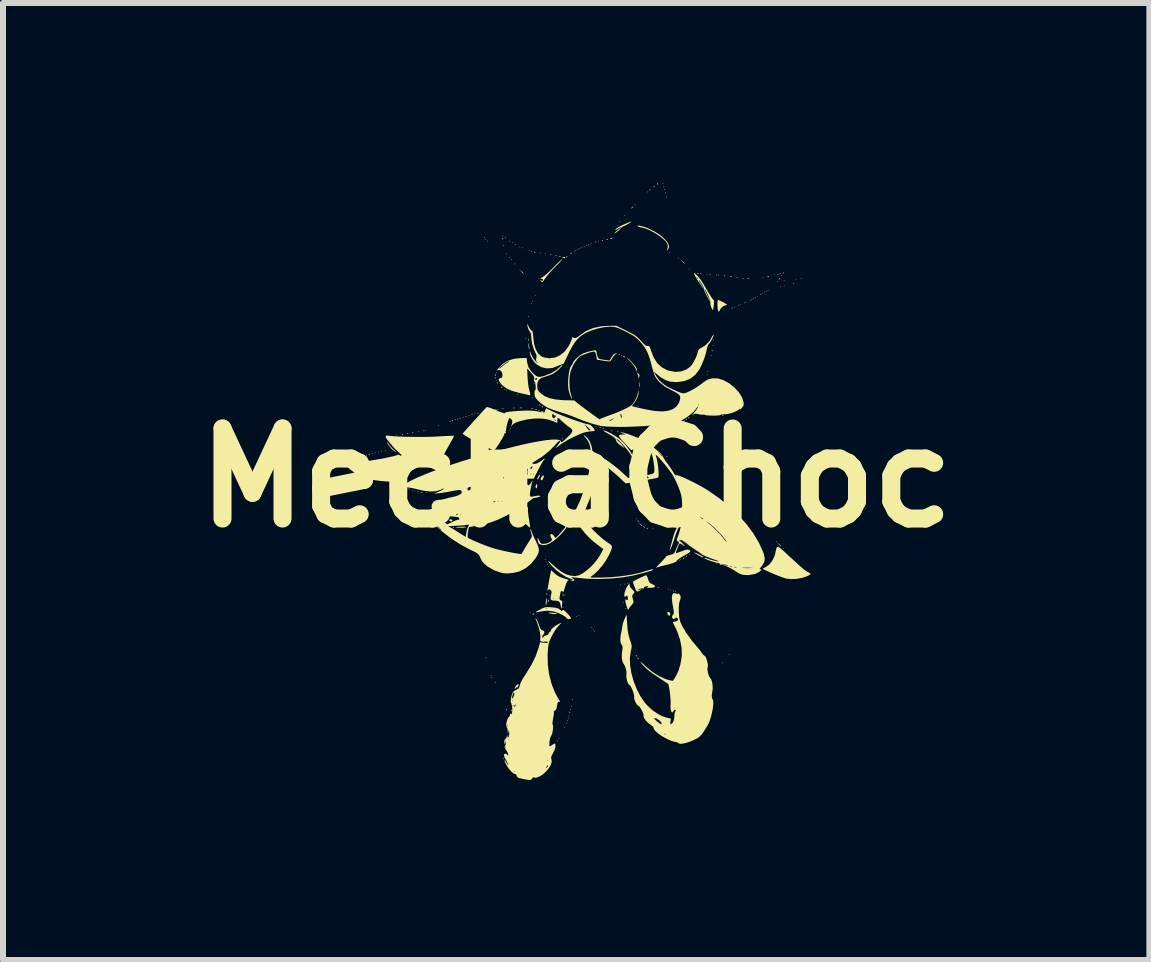
<source format=kicad_pcb>
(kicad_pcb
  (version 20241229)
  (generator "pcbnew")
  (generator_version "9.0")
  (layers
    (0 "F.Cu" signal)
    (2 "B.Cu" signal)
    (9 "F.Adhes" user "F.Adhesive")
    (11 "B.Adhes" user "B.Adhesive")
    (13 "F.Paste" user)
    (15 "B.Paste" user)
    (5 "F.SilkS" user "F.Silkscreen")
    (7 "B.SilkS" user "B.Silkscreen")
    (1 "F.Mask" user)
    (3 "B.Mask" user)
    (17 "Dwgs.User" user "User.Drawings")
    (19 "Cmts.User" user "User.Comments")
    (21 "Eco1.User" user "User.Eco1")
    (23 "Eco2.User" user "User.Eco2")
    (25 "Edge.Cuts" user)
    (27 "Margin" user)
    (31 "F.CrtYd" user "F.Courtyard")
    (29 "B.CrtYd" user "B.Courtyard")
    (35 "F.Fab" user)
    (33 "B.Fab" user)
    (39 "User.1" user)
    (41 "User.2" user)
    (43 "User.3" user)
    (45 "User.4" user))
  (footprint "MechaChoc"
    (layer "F.Cu")
    (at 6.55 4.911)
    (property "Reference" "MechaChoc" (at 0 0 0) (layer "F.SilkS") (effects (font (size 1.5 1.5) (thickness 0.3))))
    (attr board_only exclude_from_pos_files exclude_from_bom)
    (fp_poly (pts (xy -3.711 -0.318) (xy -3.718 -0.31) (xy -3.725 -0.318) (xy -3.718 -0.325)) (stroke (width 0) (type solid)) (fill yes) (layer "F.SilkS"))
    (fp_poly (pts (xy -3.584 -0.346) (xy -3.591 -0.339) (xy -3.598 -0.346) (xy -3.591 -0.353)) (stroke (width 0) (type solid)) (fill yes) (layer "F.SilkS"))
    (fp_poly (pts (xy -3.485 -0.374) (xy -3.493 -0.367) (xy -3.5 -0.374) (xy -3.493 -0.381)) (stroke (width 0) (type solid)) (fill yes) (layer "F.SilkS"))
    (fp_poly (pts (xy -3.387 -0.402) (xy -3.394 -0.395) (xy -3.401 -0.402) (xy -3.394 -0.409)) (stroke (width 0) (type solid)) (fill yes) (layer "F.SilkS"))
    (fp_poly (pts (xy -3.344 -0.416) (xy -3.351 -0.409) (xy -3.358 -0.416) (xy -3.351 -0.423)) (stroke (width 0) (type solid)) (fill yes) (layer "F.SilkS"))
    (fp_poly (pts (xy -3.288 -0.43) (xy -3.295 -0.423) (xy -3.302 -0.43) (xy -3.295 -0.437)) (stroke (width 0) (type solid)) (fill yes) (layer "F.SilkS"))
    (fp_poly (pts (xy -3.231 -0.445) (xy -3.239 -0.437) (xy -3.246 -0.445) (xy -3.239 -0.452)) (stroke (width 0) (type solid)) (fill yes) (layer "F.SilkS"))
    (fp_poly (pts (xy -3.175 -0.459) (xy -3.182 -0.452) (xy -3.189 -0.459) (xy -3.182 -0.466)) (stroke (width 0) (type solid)) (fill yes) (layer "F.SilkS"))
    (fp_poly (pts (xy -2.992 -0.713) (xy -2.999 -0.706) (xy -3.006 -0.713) (xy -2.999 -0.72)) (stroke (width 0) (type solid)) (fill yes) (layer "F.SilkS"))
    (fp_poly (pts (xy -2.794 0.176) (xy -2.801 0.183) (xy -2.808 0.176) (xy -2.801 0.169)) (stroke (width 0) (type solid)) (fill yes) (layer "F.SilkS"))
    (fp_poly (pts (xy -2.766 0.191) (xy -2.773 0.198) (xy -2.78 0.191) (xy -2.773 0.183)) (stroke (width 0) (type solid)) (fill yes) (layer "F.SilkS"))
    (fp_poly (pts (xy -2.723 0.205) (xy -2.731 0.212) (xy -2.738 0.205) (xy -2.731 0.198)) (stroke (width 0) (type solid)) (fill yes) (layer "F.SilkS"))
    (fp_poly (pts (xy -2.681 0.219) (xy -2.688 0.226) (xy -2.695 0.219) (xy -2.688 0.212)) (stroke (width 0) (type solid)) (fill yes) (layer "F.SilkS"))
    (fp_poly (pts (xy -2.625 -0.769) (xy -2.632 -0.762) (xy -2.639 -0.769) (xy -2.632 -0.776)) (stroke (width 0) (type solid)) (fill yes) (layer "F.SilkS"))
    (fp_poly (pts (xy -2.54 -0.783) (xy -2.547 -0.776) (xy -2.554 -0.783) (xy -2.547 -0.79)) (stroke (width 0) (type solid)) (fill yes) (layer "F.SilkS"))
    (fp_poly (pts (xy -2.512 -0.783) (xy -2.519 -0.776) (xy -2.526 -0.783) (xy -2.519 -0.79)) (stroke (width 0) (type solid)) (fill yes) (layer "F.SilkS"))
    (fp_poly (pts (xy -2.484 0.247) (xy -2.491 0.254) (xy -2.498 0.247) (xy -2.491 0.24)) (stroke (width 0) (type solid)) (fill yes) (layer "F.SilkS"))
    (fp_poly (pts (xy -2.286 -0.868) (xy -2.293 -0.861) (xy -2.3 -0.868) (xy -2.293 -0.875)) (stroke (width 0) (type solid)) (fill yes) (layer "F.SilkS"))
    (fp_poly (pts (xy -1.877 -1.009) (xy -1.884 -1.002) (xy -1.891 -1.009) (xy -1.884 -1.016)) (stroke (width 0) (type solid)) (fill yes) (layer "F.SilkS"))
    (fp_poly (pts (xy -1.778 -1.037) (xy -1.785 -1.03) (xy -1.792 -1.037) (xy -1.785 -1.044)) (stroke (width 0) (type solid)) (fill yes) (layer "F.SilkS"))
    (fp_poly (pts (xy -1.679 -1.065) (xy -1.686 -1.058) (xy -1.693 -1.065) (xy -1.686 -1.072)) (stroke (width 0) (type solid)) (fill yes) (layer "F.SilkS"))
    (fp_poly (pts (xy -1.524 -4) (xy -1.531 -3.993) (xy -1.538 -4) (xy -1.531 -4.008)) (stroke (width 0) (type solid)) (fill yes) (layer "F.SilkS"))
    (fp_poly (pts (xy -1.51 -3.972) (xy -1.517 -3.965) (xy -1.524 -3.972) (xy -1.517 -3.979)) (stroke (width 0) (type solid)) (fill yes) (layer "F.SilkS"))
    (fp_poly (pts (xy -1.496 2.999) (xy -1.503 3.006) (xy -1.51 2.999) (xy -1.503 2.992)) (stroke (width 0) (type solid)) (fill yes) (layer "F.SilkS"))
    (fp_poly (pts (xy -1.468 -3.944) (xy -1.475 -3.937) (xy -1.482 -3.944) (xy -1.475 -3.951)) (stroke (width 0) (type solid)) (fill yes) (layer "F.SilkS"))
    (fp_poly (pts (xy -1.411 3.295) (xy -1.418 3.302) (xy -1.425 3.295) (xy -1.418 3.288)) (stroke (width 0) (type solid)) (fill yes) (layer "F.SilkS"))
    (fp_poly (pts (xy -1.397 3.323) (xy -1.404 3.33) (xy -1.411 3.323) (xy -1.404 3.316)) (stroke (width 0) (type solid)) (fill yes) (layer "F.SilkS"))
    (fp_poly (pts (xy -1.341 3.408) (xy -1.348 3.415) (xy -1.355 3.408) (xy -1.348 3.401)) (stroke (width 0) (type solid)) (fill yes) (layer "F.SilkS"))
    (fp_poly (pts (xy -1.326 -1.757) (xy -1.333 -1.75) (xy -1.341 -1.757) (xy -1.333 -1.764)) (stroke (width 0) (type solid)) (fill yes) (layer "F.SilkS"))
    (fp_poly (pts (xy -1.326 -1.616) (xy -1.333 -1.609) (xy -1.341 -1.616) (xy -1.333 -1.623)) (stroke (width 0) (type solid)) (fill yes) (layer "F.SilkS"))
    (fp_poly (pts (xy -1.298 -1.136) (xy -1.305 -1.129) (xy -1.312 -1.136) (xy -1.305 -1.143)) (stroke (width 0) (type solid)) (fill yes) (layer "F.SilkS"))
    (fp_poly (pts (xy -1.228 -1.15) (xy -1.235 -1.143) (xy -1.242 -1.15) (xy -1.235 -1.157)) (stroke (width 0) (type solid)) (fill yes) (layer "F.SilkS"))
    (fp_poly (pts (xy -1.214 -4.029) (xy -1.221 -4.022) (xy -1.228 -4.029) (xy -1.221 -4.036)) (stroke (width 0) (type solid)) (fill yes) (layer "F.SilkS"))
    (fp_poly (pts (xy -1.199 -3.873) (xy -1.206 -3.866) (xy -1.214 -3.873) (xy -1.206 -3.881)) (stroke (width 0) (type solid)) (fill yes) (layer "F.SilkS"))
    (fp_poly (pts (xy -1.199 -1.15) (xy -1.206 -1.143) (xy -1.214 -1.15) (xy -1.206 -1.157)) (stroke (width 0) (type solid)) (fill yes) (layer "F.SilkS"))
    (fp_poly (pts (xy -1.199 4.678) (xy -1.206 4.685) (xy -1.214 4.678) (xy -1.206 4.671)) (stroke (width 0) (type solid)) (fill yes) (layer "F.SilkS"))
    (fp_poly (pts (xy -1.185 -1.475) (xy -1.192 -1.468) (xy -1.199 -1.475) (xy -1.192 -1.482)) (stroke (width 0) (type solid)) (fill yes) (layer "F.SilkS"))
    (fp_poly (pts (xy -1.171 -4) (xy -1.178 -3.993) (xy -1.185 -4) (xy -1.178 -4.008)) (stroke (width 0) (type solid)) (fill yes) (layer "F.SilkS"))
    (fp_poly (pts (xy -1.157 -3.732) (xy -1.164 -3.725) (xy -1.171 -3.732) (xy -1.164 -3.739)) (stroke (width 0) (type solid)) (fill yes) (layer "F.SilkS"))
    (fp_poly (pts (xy -1.157 -1.46) (xy -1.164 -1.453) (xy -1.171 -1.46) (xy -1.164 -1.468)) (stroke (width 0) (type solid)) (fill yes) (layer "F.SilkS"))
    (fp_poly (pts (xy -1.101 -3.944) (xy -1.108 -3.937) (xy -1.115 -3.944) (xy -1.108 -3.951)) (stroke (width 0) (type solid)) (fill yes) (layer "F.SilkS"))
    (fp_poly (pts (xy -1.101 -3.676) (xy -1.108 -3.669) (xy -1.115 -3.676) (xy -1.108 -3.683)) (stroke (width 0) (type solid)) (fill yes) (layer "F.SilkS"))
    (fp_poly (pts (xy -1.101 -0.797) (xy -1.108 -0.79) (xy -1.115 -0.797) (xy -1.108 -0.804)) (stroke (width 0) (type solid)) (fill yes) (layer "F.SilkS"))
    (fp_poly (pts (xy -1.087 -0.826) (xy -1.094 -0.818) (xy -1.101 -0.826) (xy -1.094 -0.833)) (stroke (width 0) (type solid)) (fill yes) (layer "F.SilkS"))
    (fp_poly (pts (xy -1.072 -3.634) (xy -1.079 -3.627) (xy -1.087 -3.634) (xy -1.079 -3.641)) (stroke (width 0) (type solid)) (fill yes) (layer "F.SilkS"))
    (fp_poly (pts (xy -1.058 -3.916) (xy -1.065 -3.909) (xy -1.072 -3.916) (xy -1.065 -3.923)) (stroke (width 0) (type solid)) (fill yes) (layer "F.SilkS"))
    (fp_poly (pts (xy -1.016 -3.563) (xy -1.023 -3.556) (xy -1.03 -3.563) (xy -1.023 -3.57)) (stroke (width 0) (type solid)) (fill yes) (layer "F.SilkS"))
    (fp_poly (pts (xy -1.002 -3.888) (xy -1.009 -3.881) (xy -1.016 -3.888) (xy -1.009 -3.895)) (stroke (width 0) (type solid)) (fill yes) (layer "F.SilkS"))
    (fp_poly (pts (xy -0.974 -1.39) (xy -0.981 -1.383) (xy -0.988 -1.39) (xy -0.981 -1.397)) (stroke (width 0) (type solid)) (fill yes) (layer "F.SilkS"))
    (fp_poly (pts (xy -0.931 -3.845) (xy -0.938 -3.838) (xy -0.945 -3.845) (xy -0.938 -3.852)) (stroke (width 0) (type solid)) (fill yes) (layer "F.SilkS"))
    (fp_poly (pts (xy -0.889 -3.831) (xy -0.896 -3.824) (xy -0.903 -3.831) (xy -0.896 -3.838)) (stroke (width 0) (type solid)) (fill yes) (layer "F.SilkS"))
    (fp_poly (pts (xy -0.833 -2.321) (xy -0.84 -2.314) (xy -0.847 -2.321) (xy -0.84 -2.328)) (stroke (width 0) (type solid)) (fill yes) (layer "F.SilkS"))
    (fp_poly (pts (xy -0.79 -2.688) (xy -0.797 -2.681) (xy -0.804 -2.688) (xy -0.797 -2.695)) (stroke (width 0) (type solid)) (fill yes) (layer "F.SilkS"))
    (fp_poly (pts (xy -0.776 -3.789) (xy -0.783 -3.782) (xy -0.79 -3.789) (xy -0.783 -3.796)) (stroke (width 0) (type solid)) (fill yes) (layer "F.SilkS"))
    (fp_poly (pts (xy -0.762 2.251) (xy -0.769 2.258) (xy -0.776 2.251) (xy -0.769 2.244)) (stroke (width 0) (type solid)) (fill yes) (layer "F.SilkS"))
    (fp_poly (pts (xy -0.734 -3.775) (xy -0.741 -3.768) (xy -0.748 -3.775) (xy -0.741 -3.782)) (stroke (width 0) (type solid)) (fill yes) (layer "F.SilkS"))
    (fp_poly (pts (xy -0.734 -2.9) (xy -0.741 -2.893) (xy -0.748 -2.9) (xy -0.741 -2.907)) (stroke (width 0) (type solid)) (fill yes) (layer "F.SilkS"))
    (fp_poly (pts (xy -0.72 -2.942) (xy -0.727 -2.935) (xy -0.734 -2.942) (xy -0.727 -2.949)) (stroke (width 0) (type solid)) (fill yes) (layer "F.SilkS"))
    (fp_poly (pts (xy -0.72 -1.333) (xy -0.727 -1.326) (xy -0.734 -1.333) (xy -0.727 -1.341)) (stroke (width 0) (type solid)) (fill yes) (layer "F.SilkS"))
    (fp_poly (pts (xy -0.691 -1.573) (xy -0.699 -1.566) (xy -0.706 -1.573) (xy -0.699 -1.58)) (stroke (width 0) (type solid)) (fill yes) (layer "F.SilkS"))
    (fp_poly (pts (xy -0.677 -3.041) (xy -0.684 -3.034) (xy -0.691 -3.041) (xy -0.684 -3.048)) (stroke (width 0) (type solid)) (fill yes) (layer "F.SilkS"))
    (fp_poly (pts (xy -0.621 -3.323) (xy -0.628 -3.316) (xy -0.635 -3.323) (xy -0.628 -3.33)) (stroke (width 0) (type solid)) (fill yes) (layer "F.SilkS"))
    (fp_poly (pts (xy -0.593 -3.747) (xy -0.6 -3.739) (xy -0.607 -3.747) (xy -0.6 -3.754)) (stroke (width 0) (type solid)) (fill yes) (layer "F.SilkS"))
    (fp_poly (pts (xy -0.508 -3.732) (xy -0.515 -3.725) (xy -0.522 -3.732) (xy -0.515 -3.739)) (stroke (width 0) (type solid)) (fill yes) (layer "F.SilkS"))
    (fp_poly (pts (xy -0.508 1.362) (xy -0.515 1.369) (xy -0.522 1.362) (xy -0.515 1.355)) (stroke (width 0) (type solid)) (fill yes) (layer "F.SilkS"))
    (fp_poly (pts (xy -0.494 1.404) (xy -0.501 1.411) (xy -0.508 1.404) (xy -0.501 1.397)) (stroke (width 0) (type solid)) (fill yes) (layer "F.SilkS"))
    (fp_poly (pts (xy -0.466 1.446) (xy -0.473 1.453) (xy -0.48 1.446) (xy -0.473 1.439)) (stroke (width 0) (type solid)) (fill yes) (layer "F.SilkS"))
    (fp_poly (pts (xy -0.452 1.475) (xy -0.459 1.482) (xy -0.466 1.475) (xy -0.459 1.468)) (stroke (width 0) (type solid)) (fill yes) (layer "F.SilkS"))
    (fp_poly (pts (xy -0.437 1.954) (xy -0.445 1.961) (xy -0.452 1.954) (xy -0.445 1.947)) (stroke (width 0) (type solid)) (fill yes) (layer "F.SilkS"))
    (fp_poly (pts (xy -0.31 4.381) (xy -0.318 4.389) (xy -0.325 4.381) (xy -0.318 4.374)) (stroke (width 0) (type solid)) (fill yes) (layer "F.SilkS"))
    (fp_poly (pts (xy -0.282 4.339) (xy -0.289 4.346) (xy -0.296 4.339) (xy -0.289 4.332)) (stroke (width 0) (type solid)) (fill yes) (layer "F.SilkS"))
    (fp_poly (pts (xy -0.198 2.067) (xy -0.205 2.074) (xy -0.212 2.067) (xy -0.205 2.06)) (stroke (width 0) (type solid)) (fill yes) (layer "F.SilkS"))
    (fp_poly (pts (xy -0.183 1.954) (xy -0.191 1.961) (xy -0.198 1.954) (xy -0.191 1.947)) (stroke (width 0) (type solid)) (fill yes) (layer "F.SilkS"))
    (fp_poly (pts (xy -0.183 4.156) (xy -0.191 4.163) (xy -0.198 4.156) (xy -0.191 4.149)) (stroke (width 0) (type solid)) (fill yes) (layer "F.SilkS"))
    (fp_poly (pts (xy -0.155 4.085) (xy -0.162 4.092) (xy -0.169 4.085) (xy -0.162 4.078)) (stroke (width 0) (type solid)) (fill yes) (layer "F.SilkS"))
    (fp_poly (pts (xy -0.141 4.043) (xy -0.148 4.05) (xy -0.155 4.043) (xy -0.148 4.036)) (stroke (width 0) (type solid)) (fill yes) (layer "F.SilkS"))
    (fp_poly (pts (xy -0.127 4.015) (xy -0.134 4.022) (xy -0.141 4.015) (xy -0.134 4.008)) (stroke (width 0) (type solid)) (fill yes) (layer "F.SilkS"))
    (fp_poly (pts (xy -0.113 3.972) (xy -0.12 3.979) (xy -0.127 3.972) (xy -0.12 3.965)) (stroke (width 0) (type solid)) (fill yes) (layer "F.SilkS"))
    (fp_poly (pts (xy -0.085 3.859) (xy -0.092 3.866) (xy -0.099 3.859) (xy -0.092 3.852)) (stroke (width 0) (type solid)) (fill yes) (layer "F.SilkS"))
    (fp_poly (pts (xy -0.071 3.803) (xy -0.078 3.81) (xy -0.085 3.803) (xy -0.078 3.796)) (stroke (width 0) (type solid)) (fill yes) (layer "F.SilkS"))
    (fp_poly (pts (xy -0.056 3.69) (xy -0.064 3.697) (xy -0.071 3.69) (xy -0.064 3.683)) (stroke (width 0) (type solid)) (fill yes) (layer "F.SilkS"))
    (fp_poly (pts (xy -0.028 -3.775) (xy -0.035 -3.768) (xy -0.042 -3.775) (xy -0.035 -3.782)) (stroke (width 0) (type solid)) (fill yes) (layer "F.SilkS"))
    (fp_poly (pts (xy 0 -3.789) (xy -0.007 -3.782) (xy -0.014 -3.789) (xy -0.007 -3.796)) (stroke (width 0) (type solid)) (fill yes) (layer "F.SilkS"))
    (fp_poly (pts (xy 0.014 2.307) (xy 0.007 2.314) (xy 0 2.307) (xy 0.007 2.3)) (stroke (width 0) (type solid)) (fill yes) (layer "F.SilkS"))
    (fp_poly (pts (xy 0.028 -3.803) (xy 0.021 -3.796) (xy 0.014 -3.803) (xy 0.021 -3.81)) (stroke (width 0) (type solid)) (fill yes) (layer "F.SilkS"))
    (fp_poly (pts (xy 0.056 -3.817) (xy 0.049 -3.81) (xy 0.042 -3.817) (xy 0.049 -3.824)) (stroke (width 0) (type solid)) (fill yes) (layer "F.SilkS"))
    (fp_poly (pts (xy 0.056 2.293) (xy 0.049 2.3) (xy 0.042 2.293) (xy 0.049 2.286)) (stroke (width 0) (type solid)) (fill yes) (layer "F.SilkS"))
    (fp_poly (pts (xy 0.085 -3.831) (xy 0.078 -3.824) (xy 0.071 -3.831) (xy 0.078 -3.838)) (stroke (width 0) (type solid)) (fill yes) (layer "F.SilkS"))
    (fp_poly (pts (xy 0.113 -3.845) (xy 0.106 -3.838) (xy 0.099 -3.845) (xy 0.106 -3.852)) (stroke (width 0) (type solid)) (fill yes) (layer "F.SilkS"))
    (fp_poly (pts (xy 0.141 -3.859) (xy 0.134 -3.852) (xy 0.127 -3.859) (xy 0.134 -3.866)) (stroke (width 0) (type solid)) (fill yes) (layer "F.SilkS"))
    (fp_poly (pts (xy 0.183 -3.873) (xy 0.176 -3.866) (xy 0.169 -3.873) (xy 0.176 -3.881)) (stroke (width 0) (type solid)) (fill yes) (layer "F.SilkS"))
    (fp_poly (pts (xy 0.212 -3.888) (xy 0.205 -3.881) (xy 0.198 -3.888) (xy 0.205 -3.895)) (stroke (width 0) (type solid)) (fill yes) (layer "F.SilkS"))
    (fp_poly (pts (xy 0.254 -3.902) (xy 0.247 -3.895) (xy 0.24 -3.902) (xy 0.247 -3.909)) (stroke (width 0) (type solid)) (fill yes) (layer "F.SilkS"))
    (fp_poly (pts (xy 0.268 2.491) (xy 0.261 2.498) (xy 0.254 2.491) (xy 0.261 2.484)) (stroke (width 0) (type solid)) (fill yes) (layer "F.SilkS"))
    (fp_poly (pts (xy 0.296 2.533) (xy 0.289 2.54) (xy 0.282 2.533) (xy 0.289 2.526)) (stroke (width 0) (type solid)) (fill yes) (layer "F.SilkS"))
    (fp_poly (pts (xy 0.31 2.561) (xy 0.303 2.568) (xy 0.296 2.561) (xy 0.303 2.554)) (stroke (width 0) (type solid)) (fill yes) (layer "F.SilkS"))
    (fp_poly (pts (xy 0.339 -0.854) (xy 0.332 -0.847) (xy 0.325 -0.854) (xy 0.332 -0.861)) (stroke (width 0) (type solid)) (fill yes) (layer "F.SilkS"))
    (fp_poly (pts (xy 0.381 -3.944) (xy 0.374 -3.937) (xy 0.367 -3.944) (xy 0.374 -3.951)) (stroke (width 0) (type solid)) (fill yes) (layer "F.SilkS"))
    (fp_poly (pts (xy 0.691 -4.198) (xy 0.684 -4.191) (xy 0.677 -4.198) (xy 0.684 -4.205)) (stroke (width 0) (type solid)) (fill yes) (layer "F.SilkS"))
    (fp_poly (pts (xy 0.734 -4.269) (xy 0.727 -4.262) (xy 0.72 -4.269) (xy 0.727 -4.276)) (stroke (width 0) (type solid)) (fill yes) (layer "F.SilkS"))
    (fp_poly (pts (xy 0.748 1.785) (xy 0.741 1.792) (xy 0.734 1.785) (xy 0.741 1.778)) (stroke (width 0) (type solid)) (fill yes) (layer "F.SilkS"))
    (fp_poly (pts (xy 0.762 -2.039) (xy 0.755 -2.032) (xy 0.748 -2.039) (xy 0.755 -2.046)) (stroke (width 0) (type solid)) (fill yes) (layer "F.SilkS"))
    (fp_poly (pts (xy 0.79 2.081) (xy 0.783 2.088) (xy 0.776 2.081) (xy 0.783 2.074)) (stroke (width 0) (type solid)) (fill yes) (layer "F.SilkS"))
    (fp_poly (pts (xy 0.818 -4.367) (xy 0.811 -4.36) (xy 0.804 -4.367) (xy 0.811 -4.374)) (stroke (width 0) (type solid)) (fill yes) (layer "F.SilkS"))
    (fp_poly (pts (xy 0.818 1.771) (xy 0.811 1.778) (xy 0.804 1.771) (xy 0.811 1.764)) (stroke (width 0) (type solid)) (fill yes) (layer "F.SilkS"))
    (fp_poly (pts (xy 0.833 2.18) (xy 0.826 2.187) (xy 0.818 2.18) (xy 0.826 2.173)) (stroke (width 0) (type solid)) (fill yes) (layer "F.SilkS"))
    (fp_poly (pts (xy 0.861 1.757) (xy 0.854 1.764) (xy 0.847 1.757) (xy 0.854 1.75)) (stroke (width 0) (type solid)) (fill yes) (layer "F.SilkS"))
    (fp_poly (pts (xy 0.988 -4.551) (xy 0.981 -4.544) (xy 0.974 -4.551) (xy 0.981 -4.558)) (stroke (width 0) (type solid)) (fill yes) (layer "F.SilkS"))
    (fp_poly (pts (xy 1.016 0.445) (xy 1.009 0.452) (xy 1.002 0.445) (xy 1.009 0.437)) (stroke (width 0) (type solid)) (fill yes) (layer "F.SilkS"))
    (fp_poly (pts (xy 1.016 0.684) (xy 1.009 0.691) (xy 1.002 0.684) (xy 1.009 0.677)) (stroke (width 0) (type solid)) (fill yes) (layer "F.SilkS"))
    (fp_poly (pts (xy 1.044 -1.192) (xy 1.037 -1.185) (xy 1.03 -1.192) (xy 1.037 -1.199)) (stroke (width 0) (type solid)) (fill yes) (layer "F.SilkS"))
    (fp_poly (pts (xy 1.044 0.388) (xy 1.037 0.395) (xy 1.03 0.388) (xy 1.037 0.381)) (stroke (width 0) (type solid)) (fill yes) (layer "F.SilkS"))
    (fp_poly (pts (xy 1.143 0.289) (xy 1.136 0.296) (xy 1.129 0.289) (xy 1.136 0.282)) (stroke (width 0) (type solid)) (fill yes) (layer "F.SilkS"))
    (fp_poly (pts (xy 1.199 -4.763) (xy 1.192 -4.755) (xy 1.185 -4.763) (xy 1.192 -4.77)) (stroke (width 0) (type solid)) (fill yes) (layer "F.SilkS"))
    (fp_poly (pts (xy 1.284 0.84) (xy 1.277 0.847) (xy 1.27 0.84) (xy 1.277 0.833)) (stroke (width 0) (type solid)) (fill yes) (layer "F.SilkS"))
    (fp_poly (pts (xy 1.453 -4.904) (xy 1.446 -4.897) (xy 1.439 -4.904) (xy 1.446 -4.911)) (stroke (width 0) (type solid)) (fill yes) (layer "F.SilkS"))
    (fp_poly (pts (xy 1.468 -4.847) (xy 1.46 -4.84) (xy 1.453 -4.847) (xy 1.46 -4.854)) (stroke (width 0) (type solid)) (fill yes) (layer "F.SilkS"))
    (fp_poly (pts (xy 1.482 -4.805) (xy 1.475 -4.798) (xy 1.468 -4.805) (xy 1.475 -4.812)) (stroke (width 0) (type solid)) (fill yes) (layer "F.SilkS"))
    (fp_poly (pts (xy 1.496 -4.748) (xy 1.489 -4.741) (xy 1.482 -4.748) (xy 1.489 -4.755)) (stroke (width 0) (type solid)) (fill yes) (layer "F.SilkS"))
    (fp_poly (pts (xy 1.51 -4.678) (xy 1.503 -4.671) (xy 1.496 -4.678) (xy 1.503 -4.685)) (stroke (width 0) (type solid)) (fill yes) (layer "F.SilkS"))
    (fp_poly (pts (xy 1.538 1.856) (xy 1.531 1.863) (xy 1.524 1.856) (xy 1.531 1.849)) (stroke (width 0) (type solid)) (fill yes) (layer "F.SilkS"))
    (fp_poly (pts (xy 1.566 -3.761) (xy 1.559 -3.754) (xy 1.552 -3.761) (xy 1.559 -3.768)) (stroke (width 0) (type solid)) (fill yes) (layer "F.SilkS"))
    (fp_poly (pts (xy 1.58 1.87) (xy 1.573 1.877) (xy 1.566 1.87) (xy 1.573 1.863)) (stroke (width 0) (type solid)) (fill yes) (layer "F.SilkS"))
    (fp_poly (pts (xy 1.665 1.898) (xy 1.658 1.905) (xy 1.651 1.898) (xy 1.658 1.891)) (stroke (width 0) (type solid)) (fill yes) (layer "F.SilkS"))
    (fp_poly (pts (xy 1.707 -3.662) (xy 1.7 -3.655) (xy 1.693 -3.662) (xy 1.7 -3.669)) (stroke (width 0) (type solid)) (fill yes) (layer "F.SilkS"))
    (fp_poly (pts (xy 1.722 1.376) (xy 1.714 1.383) (xy 1.707 1.376) (xy 1.714 1.369)) (stroke (width 0) (type solid)) (fill yes) (layer "F.SilkS"))
    (fp_poly (pts (xy 1.736 -0.924) (xy 1.729 -0.917) (xy 1.722 -0.924) (xy 1.729 -0.931)) (stroke (width 0) (type solid)) (fill yes) (layer "F.SilkS"))
    (fp_poly (pts (xy 1.75 1.362) (xy 1.743 1.369) (xy 1.736 1.362) (xy 1.743 1.355)) (stroke (width 0) (type solid)) (fill yes) (layer "F.SilkS"))
    (fp_poly (pts (xy 1.806 -0.953) (xy 1.799 -0.945) (xy 1.792 -0.953) (xy 1.799 -0.96)) (stroke (width 0) (type solid)) (fill yes) (layer "F.SilkS"))
    (fp_poly (pts (xy 1.891 -3.478) (xy 1.884 -3.471) (xy 1.877 -3.478) (xy 1.884 -3.485)) (stroke (width 0) (type solid)) (fill yes) (layer "F.SilkS"))
    (fp_poly (pts (xy 1.891 1.277) (xy 1.884 1.284) (xy 1.877 1.277) (xy 1.884 1.27)) (stroke (width 0) (type solid)) (fill yes) (layer "F.SilkS"))
    (fp_poly (pts (xy 2.187 -3.394) (xy 2.18 -3.387) (xy 2.173 -3.394) (xy 2.18 -3.401)) (stroke (width 0) (type solid)) (fill yes) (layer "F.SilkS"))
    (fp_poly (pts (xy 2.187 -1.714) (xy 2.18 -1.707) (xy 2.173 -1.714) (xy 2.18 -1.722)) (stroke (width 0) (type solid)) (fill yes) (layer "F.SilkS"))
    (fp_poly (pts (xy 2.201 -1.771) (xy 2.194 -1.764) (xy 2.187 -1.771) (xy 2.194 -1.778)) (stroke (width 0) (type solid)) (fill yes) (layer "F.SilkS"))
    (fp_poly (pts (xy 2.258 -2.039) (xy 2.251 -2.032) (xy 2.244 -2.039) (xy 2.251 -2.046)) (stroke (width 0) (type solid)) (fill yes) (layer "F.SilkS"))
    (fp_poly (pts (xy 2.286 -2.208) (xy 2.279 -2.201) (xy 2.272 -2.208) (xy 2.279 -2.215)) (stroke (width 0) (type solid)) (fill yes) (layer "F.SilkS"))
    (fp_poly (pts (xy 2.342 -3.38) (xy 2.335 -3.373) (xy 2.328 -3.38) (xy 2.335 -3.387)) (stroke (width 0) (type solid)) (fill yes) (layer "F.SilkS"))
    (fp_poly (pts (xy 2.342 1.432) (xy 2.335 1.439) (xy 2.328 1.432) (xy 2.335 1.425)) (stroke (width 0) (type solid)) (fill yes) (layer "F.SilkS"))
    (fp_poly (pts (xy 2.441 3.083) (xy 2.434 3.09) (xy 2.427 3.083) (xy 2.434 3.076)) (stroke (width 0) (type solid)) (fill yes) (layer "F.SilkS"))
    (fp_poly (pts (xy 2.554 2.942) (xy 2.547 2.949) (xy 2.54 2.942) (xy 2.547 2.935)) (stroke (width 0) (type solid)) (fill yes) (layer "F.SilkS"))
    (fp_poly (pts (xy 2.639 -2.843) (xy 2.632 -2.836) (xy 2.625 -2.843) (xy 2.632 -2.85)) (stroke (width 0) (type solid)) (fill yes) (layer "F.SilkS"))
    (fp_poly (pts (xy 2.709 -2.872) (xy 2.702 -2.865) (xy 2.695 -2.872) (xy 2.702 -2.879)) (stroke (width 0) (type solid)) (fill yes) (layer "F.SilkS"))
    (fp_poly (pts (xy 2.738 -2.886) (xy 2.731 -2.879) (xy 2.723 -2.886) (xy 2.731 -2.893)) (stroke (width 0) (type solid)) (fill yes) (layer "F.SilkS"))
    (fp_poly (pts (xy 2.808 -2.914) (xy 2.801 -2.907) (xy 2.794 -2.914) (xy 2.801 -2.921)) (stroke (width 0) (type solid)) (fill yes) (layer "F.SilkS"))
    (fp_poly (pts (xy 2.836 -2.928) (xy 2.829 -2.921) (xy 2.822 -2.928) (xy 2.829 -2.935)) (stroke (width 0) (type solid)) (fill yes) (layer "F.SilkS"))
    (fp_poly (pts (xy 2.907 -2.956) (xy 2.9 -2.949) (xy 2.893 -2.956) (xy 2.9 -2.963)) (stroke (width 0) (type solid)) (fill yes) (layer "F.SilkS"))
    (fp_poly (pts (xy 2.935 -2.97) (xy 2.928 -2.963) (xy 2.921 -2.97) (xy 2.928 -2.977)) (stroke (width 0) (type solid)) (fill yes) (layer "F.SilkS"))
    (fp_poly (pts (xy 2.963 -2.985) (xy 2.956 -2.977) (xy 2.949 -2.985) (xy 2.956 -2.992)) (stroke (width 0) (type solid)) (fill yes) (layer "F.SilkS"))
    (fp_poly (pts (xy 2.992 -2.999) (xy 2.985 -2.992) (xy 2.977 -2.999) (xy 2.985 -3.006)) (stroke (width 0) (type solid)) (fill yes) (layer "F.SilkS"))
    (fp_poly (pts (xy 3.034 -3.027) (xy 3.027 -3.02) (xy 3.02 -3.027) (xy 3.027 -3.034)) (stroke (width 0) (type solid)) (fill yes) (layer "F.SilkS"))
    (fp_poly (pts (xy 3.076 -3.055) (xy 3.069 -3.048) (xy 3.062 -3.055) (xy 3.069 -3.062)) (stroke (width 0) (type solid)) (fill yes) (layer "F.SilkS"))
    (fp_poly (pts (xy 3.104 -3.069) (xy 3.097 -3.062) (xy 3.09 -3.069) (xy 3.097 -3.076)) (stroke (width 0) (type solid)) (fill yes) (layer "F.SilkS"))
    (fp_poly (pts (xy 3.119 -3.337) (xy 3.111 -3.33) (xy 3.104 -3.337) (xy 3.111 -3.344)) (stroke (width 0) (type solid)) (fill yes) (layer "F.SilkS"))
    (fp_poly (pts (xy 3.147 -3.097) (xy 3.14 -3.09) (xy 3.133 -3.097) (xy 3.14 -3.104)) (stroke (width 0) (type solid)) (fill yes) (layer "F.SilkS"))
    (fp_poly (pts (xy 3.175 -3.111) (xy 3.168 -3.104) (xy 3.161 -3.111) (xy 3.168 -3.119)) (stroke (width 0) (type solid)) (fill yes) (layer "F.SilkS"))
    (fp_poly (pts (xy 3.203 -3.126) (xy 3.196 -3.119) (xy 3.189 -3.126) (xy 3.196 -3.133)) (stroke (width 0) (type solid)) (fill yes) (layer "F.SilkS"))
    (fp_poly (pts (xy 3.316 -3.38) (xy 3.309 -3.373) (xy 3.302 -3.38) (xy 3.309 -3.387)) (stroke (width 0) (type solid)) (fill yes) (layer "F.SilkS"))
    (fp_poly (pts (xy 3.344 1.065) (xy 3.337 1.072) (xy 3.33 1.065) (xy 3.337 1.058)) (stroke (width 0) (type solid)) (fill yes) (layer "F.SilkS"))
    (fp_poly (pts (xy 3.358 -3.267) (xy 3.351 -3.26) (xy 3.344 -3.267) (xy 3.351 -3.274)) (stroke (width 0) (type solid)) (fill yes) (layer "F.SilkS"))
    (fp_poly (pts (xy 3.415 -3.182) (xy 3.408 -3.175) (xy 3.401 -3.182) (xy 3.408 -3.189)) (stroke (width 0) (type solid)) (fill yes) (layer "F.SilkS"))
    (fp_poly (pts (xy 3.429 -3.365) (xy 3.422 -3.358) (xy 3.415 -3.365) (xy 3.422 -3.373)) (stroke (width 0) (type solid)) (fill yes) (layer "F.SilkS"))
    (fp_poly (pts (xy 3.457 1.178) (xy 3.45 1.185) (xy 3.443 1.178) (xy 3.45 1.171)) (stroke (width 0) (type solid)) (fill yes) (layer "F.SilkS"))
    (fp_poly (pts (xy 3.471 -3.281) (xy 3.464 -3.274) (xy 3.457 -3.281) (xy 3.464 -3.288)) (stroke (width 0) (type solid)) (fill yes) (layer "F.SilkS"))
    (fp_poly (pts (xy 3.471 -3.196) (xy 3.464 -3.189) (xy 3.457 -3.196) (xy 3.464 -3.203)) (stroke (width 0) (type solid)) (fill yes) (layer "F.SilkS"))
    (fp_poly (pts (xy 3.627 -3.239) (xy 3.619 -3.231) (xy 3.612 -3.239) (xy 3.619 -3.246)) (stroke (width 0) (type solid)) (fill yes) (layer "F.SilkS"))
    (fp_poly (pts (xy 3.669 -3.309) (xy 3.662 -3.302) (xy 3.655 -3.309) (xy 3.662 -3.316)) (stroke (width 0) (type solid)) (fill yes) (layer "F.SilkS"))
    (fp_poly (pts (xy 3.754 -3.323) (xy 3.747 -3.316) (xy 3.739 -3.323) (xy 3.747 -3.33)) (stroke (width 0) (type solid)) (fill yes) (layer "F.SilkS"))
    (fp_poly (pts (xy -3.645 -0.334) (xy -3.647 -0.326) (xy -3.655 -0.325) (xy -3.666 -0.33) (xy -3.664 -0.334) (xy -3.647 -0.336)) (stroke (width 0) (type solid)) (fill yes) (layer "F.SilkS"))
    (fp_poly (pts (xy -3.532 -0.362) (xy -3.534 -0.354) (xy -3.542 -0.353) (xy -3.554 -0.358) (xy -3.551 -0.362) (xy -3.535 -0.364)) (stroke (width 0) (type solid)) (fill yes) (layer "F.SilkS"))
    (fp_poly (pts (xy -3.434 -0.39) (xy -3.436 -0.382) (xy -3.443 -0.381) (xy -3.455 -0.386) (xy -3.453 -0.39) (xy -3.436 -0.392)) (stroke (width 0) (type solid)) (fill yes) (layer "F.SilkS"))
    (fp_poly (pts (xy -2.883 -0.729) (xy -2.885 -0.721) (xy -2.893 -0.72) (xy -2.904 -0.725) (xy -2.902 -0.729) (xy -2.885 -0.731)) (stroke (width 0) (type solid)) (fill yes) (layer "F.SilkS"))
    (fp_poly (pts (xy -2.799 -0.743) (xy -2.801 -0.735) (xy -2.808 -0.734) (xy -2.82 -0.739) (xy -2.818 -0.743) (xy -2.801 -0.745)) (stroke (width 0) (type solid)) (fill yes) (layer "F.SilkS"))
    (fp_poly (pts (xy -2.714 -0.757) (xy -2.716 -0.749) (xy -2.723 -0.748) (xy -2.735 -0.753) (xy -2.733 -0.757) (xy -2.716 -0.759)) (stroke (width 0) (type solid)) (fill yes) (layer "F.SilkS"))
    (fp_poly (pts (xy -2.629 0.23) (xy -2.631 0.239) (xy -2.639 0.24) (xy -2.65 0.235) (xy -2.648 0.23) (xy -2.631 0.229)) (stroke (width 0) (type solid)) (fill yes) (layer "F.SilkS"))
    (fp_poly (pts (xy -2.558 0.245) (xy -2.562 0.252) (xy -2.576 0.253) (xy -2.592 0.249) (xy -2.585 0.244) (xy -2.563 0.243)) (stroke (width 0) (type solid)) (fill yes) (layer "F.SilkS"))
    (fp_poly (pts (xy -2.093 -0.941) (xy -2.095 -0.932) (xy -2.103 -0.931) (xy -2.114 -0.936) (xy -2.112 -0.941) (xy -2.095 -0.942)) (stroke (width 0) (type solid)) (fill yes) (layer "F.SilkS"))
    (fp_poly (pts (xy -2.051 -0.955) (xy -2.053 -0.946) (xy -2.06 -0.945) (xy -2.072 -0.951) (xy -2.07 -0.955) (xy -2.053 -0.957)) (stroke (width 0) (type solid)) (fill yes) (layer "F.SilkS"))
    (fp_poly (pts (xy -2.037 0.823) (xy -2.039 0.832) (xy -2.046 0.833) (xy -2.058 0.827) (xy -2.056 0.823) (xy -2.039 0.821)) (stroke (width 0) (type solid)) (fill yes) (layer "F.SilkS"))
    (fp_poly (pts (xy -2.008 -0.969) (xy -2.01 -0.961) (xy -2.018 -0.96) (xy -2.03 -0.965) (xy -2.027 -0.969) (xy -2.011 -0.971)) (stroke (width 0) (type solid)) (fill yes) (layer "F.SilkS"))
    (fp_poly (pts (xy -1.966 -0.983) (xy -1.968 -0.975) (xy -1.976 -0.974) (xy -1.987 -0.979) (xy -1.985 -0.983) (xy -1.968 -0.985)) (stroke (width 0) (type solid)) (fill yes) (layer "F.SilkS"))
    (fp_poly (pts (xy -1.924 -0.997) (xy -1.926 -0.989) (xy -1.933 -0.988) (xy -1.945 -0.993) (xy -1.943 -0.997) (xy -1.926 -0.999)) (stroke (width 0) (type solid)) (fill yes) (layer "F.SilkS"))
    (fp_poly (pts (xy -1.825 -1.025) (xy -1.827 -1.017) (xy -1.834 -1.016) (xy -1.846 -1.021) (xy -1.844 -1.025) (xy -1.827 -1.027)) (stroke (width 0) (type solid)) (fill yes) (layer "F.SilkS"))
    (fp_poly (pts (xy -1.726 -1.054) (xy -1.728 -1.045) (xy -1.736 -1.044) (xy -1.747 -1.049) (xy -1.745 -1.054) (xy -1.728 -1.055)) (stroke (width 0) (type solid)) (fill yes) (layer "F.SilkS"))
    (fp_poly (pts (xy -1.627 -1.082) (xy -1.629 -1.073) (xy -1.637 -1.072) (xy -1.649 -1.078) (xy -1.646 -1.082) (xy -1.63 -1.084)) (stroke (width 0) (type solid)) (fill yes) (layer "F.SilkS"))
    (fp_poly (pts (xy -1.345 -1.675) (xy -1.344 -1.658) (xy -1.345 -1.656) (xy -1.354 -1.658) (xy -1.355 -1.665) (xy -1.35 -1.677)) (stroke (width 0) (type solid)) (fill yes) (layer "F.SilkS"))
    (fp_poly (pts (xy -1.345 -1.724) (xy -1.343 -1.702) (xy -1.346 -1.697) (xy -1.353 -1.701) (xy -1.354 -1.716) (xy -1.35 -1.731)) (stroke (width 0) (type solid)) (fill yes) (layer "F.SilkS"))
    (fp_poly (pts (xy -1.218 -3.996) (xy -1.216 -3.974) (xy -1.219 -3.969) (xy -1.226 -3.973) (xy -1.227 -3.988) (xy -1.223 -4.003)) (stroke (width 0) (type solid)) (fill yes) (layer "F.SilkS"))
    (fp_poly (pts (xy -1.162 3.85) (xy -1.16 3.872) (xy -1.163 3.877) (xy -1.169 3.873) (xy -1.17 3.858) (xy -1.167 3.843)) (stroke (width 0) (type solid)) (fill yes) (layer "F.SilkS"))
    (fp_poly (pts (xy -1.077 3.864) (xy -1.075 3.886) (xy -1.078 3.891) (xy -1.084 3.887) (xy -1.085 3.872) (xy -1.082 3.857)) (stroke (width 0) (type solid)) (fill yes) (layer "F.SilkS"))
    (fp_poly (pts (xy -1.02 -1.166) (xy -1.024 -1.159) (xy -1.038 -1.158) (xy -1.053 -1.162) (xy -1.047 -1.167) (xy -1.025 -1.168)) (stroke (width 0) (type solid)) (fill yes) (layer "F.SilkS"))
    (fp_poly (pts (xy -0.795 -2.318) (xy -0.793 -2.289) (xy -0.795 -2.282) (xy -0.8 -2.281) (xy -0.802 -2.3) (xy -0.8 -2.32)) (stroke (width 0) (type solid)) (fill yes) (layer "F.SilkS"))
    (fp_poly (pts (xy -0.716 -1.152) (xy -0.714 -1.147) (xy -0.734 -1.145) (xy -0.754 -1.147) (xy -0.751 -1.152) (xy -0.723 -1.154)) (stroke (width 0) (type solid)) (fill yes) (layer "F.SilkS"))
    (fp_poly (pts (xy -0.682 -3.763) (xy -0.684 -3.755) (xy -0.691 -3.754) (xy -0.703 -3.759) (xy -0.701 -3.763) (xy -0.684 -3.765)) (stroke (width 0) (type solid)) (fill yes) (layer "F.SilkS"))
    (fp_poly (pts (xy -0.653 -1.137) (xy -0.657 -1.131) (xy -0.671 -1.13) (xy -0.687 -1.133) (xy -0.68 -1.139) (xy -0.658 -1.14)) (stroke (width 0) (type solid)) (fill yes) (layer "F.SilkS"))
    (fp_poly (pts (xy -0.611 -1.124) (xy -0.613 -1.116) (xy -0.621 -1.115) (xy -0.633 -1.12) (xy -0.63 -1.124) (xy -0.614 -1.126)) (stroke (width 0) (type solid)) (fill yes) (layer "F.SilkS"))
    (fp_poly (pts (xy -0.485 1.916) (xy -0.483 1.944) (xy -0.485 1.951) (xy -0.49 1.953) (xy -0.492 1.933) (xy -0.489 1.913)) (stroke (width 0) (type solid)) (fill yes) (layer "F.SilkS"))
    (fp_poly (pts (xy -0.414 -3.721) (xy -0.416 -3.712) (xy -0.423 -3.711) (xy -0.435 -3.716) (xy -0.433 -3.721) (xy -0.416 -3.722)) (stroke (width 0) (type solid)) (fill yes) (layer "F.SilkS"))
    (fp_poly (pts (xy -0.329 -3.707) (xy -0.331 -3.698) (xy -0.339 -3.697) (xy -0.35 -3.702) (xy -0.348 -3.707) (xy -0.331 -3.708)) (stroke (width 0) (type solid)) (fill yes) (layer "F.SilkS"))
    (fp_poly (pts (xy -0.258 -3.692) (xy -0.262 -3.685) (xy -0.276 -3.684) (xy -0.291 -3.688) (xy -0.285 -3.693) (xy -0.263 -3.694)) (stroke (width 0) (type solid)) (fill yes) (layer "F.SilkS"))
    (fp_poly (pts (xy -0.23 -0.659) (xy -0.229 -0.642) (xy -0.23 -0.64) (xy -0.239 -0.642) (xy -0.24 -0.649) (xy -0.235 -0.661)) (stroke (width 0) (type solid)) (fill yes) (layer "F.SilkS"))
    (fp_poly (pts (xy -0.216 1.93) (xy -0.215 1.959) (xy -0.216 1.965) (xy -0.222 1.967) (xy -0.224 1.947) (xy -0.221 1.927)) (stroke (width 0) (type solid)) (fill yes) (layer "F.SilkS"))
    (fp_poly (pts (xy -0.216 2.15) (xy -0.215 2.166) (xy -0.216 2.168) (xy -0.225 2.166) (xy -0.226 2.159) (xy -0.221 2.147)) (stroke (width 0) (type solid)) (fill yes) (layer "F.SilkS"))
    (fp_poly (pts (xy -0.103 3.899) (xy -0.102 3.916) (xy -0.103 3.918) (xy -0.112 3.916) (xy -0.113 3.909) (xy -0.108 3.897)) (stroke (width 0) (type solid)) (fill yes) (layer "F.SilkS"))
    (fp_poly (pts (xy 0.334 -3.932) (xy 0.332 -3.924) (xy 0.325 -3.923) (xy 0.313 -3.928) (xy 0.315 -3.932) (xy 0.332 -3.934)) (stroke (width 0) (type solid)) (fill yes) (layer "F.SilkS"))
    (fp_poly (pts (xy 0.405 -0.842) (xy 0.403 -0.834) (xy 0.395 -0.833) (xy 0.383 -0.838) (xy 0.386 -0.842) (xy 0.402 -0.844)) (stroke (width 0) (type solid)) (fill yes) (layer "F.SilkS"))
    (fp_poly (pts (xy 0.447 -3.961) (xy 0.445 -3.952) (xy 0.437 -3.951) (xy 0.426 -3.956) (xy 0.428 -3.961) (xy 0.445 -3.962)) (stroke (width 0) (type solid)) (fill yes) (layer "F.SilkS"))
    (fp_poly (pts (xy 0.461 -0.828) (xy 0.459 -0.819) (xy 0.452 -0.818) (xy 0.44 -0.824) (xy 0.442 -0.828) (xy 0.459 -0.83)) (stroke (width 0) (type solid)) (fill yes) (layer "F.SilkS"))
    (fp_poly (pts (xy 0.532 -3.974) (xy 0.528 -3.967) (xy 0.514 -3.966) (xy 0.499 -3.97) (xy 0.505 -3.975) (xy 0.527 -3.977)) (stroke (width 0) (type solid)) (fill yes) (layer "F.SilkS"))
    (fp_poly (pts (xy 0.602 -0.786) (xy 0.6 -0.777) (xy 0.593 -0.776) (xy 0.581 -0.781) (xy 0.583 -0.786) (xy 0.6 -0.787)) (stroke (width 0) (type solid)) (fill yes) (layer "F.SilkS"))
    (fp_poly (pts (xy 0.701 -0.771) (xy 0.699 -0.763) (xy 0.691 -0.762) (xy 0.68 -0.767) (xy 0.682 -0.771) (xy 0.699 -0.773)) (stroke (width 0) (type solid)) (fill yes) (layer "F.SilkS"))
    (fp_poly (pts (xy 0.729 -2.056) (xy 0.727 -2.047) (xy 0.72 -2.046) (xy 0.708 -2.051) (xy 0.71 -2.056) (xy 0.727 -2.057)) (stroke (width 0) (type solid)) (fill yes) (layer "F.SilkS"))
    (fp_poly (pts (xy 1.195 0.837) (xy 1.193 0.846) (xy 1.185 0.847) (xy 1.174 0.842) (xy 1.176 0.837) (xy 1.193 0.836)) (stroke (width 0) (type solid)) (fill yes) (layer "F.SilkS"))
    (fp_poly (pts (xy 1.238 -0.827) (xy 1.234 -0.821) (xy 1.219 -0.82) (xy 1.204 -0.823) (xy 1.211 -0.828) (xy 1.233 -0.83)) (stroke (width 0) (type solid)) (fill yes) (layer "F.SilkS"))
    (fp_poly (pts (xy 1.322 -0.842) (xy 1.32 -0.834) (xy 1.312 -0.833) (xy 1.301 -0.838) (xy 1.303 -0.842) (xy 1.32 -0.844)) (stroke (width 0) (type solid)) (fill yes) (layer "F.SilkS"))
    (fp_poly (pts (xy 1.378 1.825) (xy 1.376 1.833) (xy 1.369 1.834) (xy 1.357 1.829) (xy 1.359 1.825) (xy 1.376 1.823)) (stroke (width 0) (type solid)) (fill yes) (layer "F.SilkS"))
    (fp_poly (pts (xy 1.407 -0.855) (xy 1.403 -0.849) (xy 1.389 -0.848) (xy 1.374 -0.851) (xy 1.38 -0.856) (xy 1.402 -0.858)) (stroke (width 0) (type solid)) (fill yes) (layer "F.SilkS"))
    (fp_poly (pts (xy 1.471 -0.87) (xy 1.473 -0.865) (xy 1.453 -0.863) (xy 1.433 -0.865) (xy 1.436 -0.87) (xy 1.465 -0.872)) (stroke (width 0) (type solid)) (fill yes) (layer "F.SilkS"))
    (fp_poly (pts (xy 1.519 -0.362) (xy 1.517 -0.354) (xy 1.51 -0.353) (xy 1.498 -0.358) (xy 1.5 -0.362) (xy 1.517 -0.364)) (stroke (width 0) (type solid)) (fill yes) (layer "F.SilkS"))
    (fp_poly (pts (xy 1.548 -0.883) (xy 1.544 -0.877) (xy 1.53 -0.876) (xy 1.515 -0.879) (xy 1.521 -0.885) (xy 1.543 -0.886)) (stroke (width 0) (type solid)) (fill yes) (layer "F.SilkS"))
    (fp_poly (pts (xy 1.604 -0.898) (xy 1.602 -0.89) (xy 1.595 -0.889) (xy 1.583 -0.894) (xy 1.585 -0.898) (xy 1.602 -0.9)) (stroke (width 0) (type solid)) (fill yes) (layer "F.SilkS"))
    (fp_poly (pts (xy 1.632 1.881) (xy 1.63 1.89) (xy 1.623 1.891) (xy 1.611 1.886) (xy 1.613 1.881) (xy 1.63 1.88)) (stroke (width 0) (type solid)) (fill yes) (layer "F.SilkS"))
    (fp_poly (pts (xy 1.69 -0.912) (xy 1.685 -0.905) (xy 1.671 -0.904) (xy 1.656 -0.908) (xy 1.662 -0.913) (xy 1.685 -0.914)) (stroke (width 0) (type solid)) (fill yes) (layer "F.SilkS"))
    (fp_poly (pts (xy 2.042 -3.409) (xy 2.038 -3.403) (xy 2.024 -3.402) (xy 2.009 -3.405) (xy 2.015 -3.41) (xy 2.037 -3.412)) (stroke (width 0) (type solid)) (fill yes) (layer "F.SilkS"))
    (fp_poly (pts (xy 2.084 -3.41) (xy 2.082 -3.402) (xy 2.074 -3.401) (xy 2.063 -3.406) (xy 2.065 -3.41) (xy 2.082 -3.412)) (stroke (width 0) (type solid)) (fill yes) (layer "F.SilkS"))
    (fp_poly (pts (xy 2.239 -3.396) (xy 2.237 -3.388) (xy 2.23 -3.387) (xy 2.218 -3.392) (xy 2.22 -3.396) (xy 2.237 -3.398)) (stroke (width 0) (type solid)) (fill yes) (layer "F.SilkS"))
    (fp_poly (pts (xy 2.267 -2.133) (xy 2.269 -2.111) (xy 2.266 -2.106) (xy 2.26 -2.111) (xy 2.259 -2.125) (xy 2.262 -2.14)) (stroke (width 0) (type solid)) (fill yes) (layer "F.SilkS"))
    (fp_poly (pts (xy 2.295 -2.31) (xy 2.297 -2.293) (xy 2.295 -2.291) (xy 2.287 -2.293) (xy 2.286 -2.3) (xy 2.291 -2.312)) (stroke (width 0) (type solid)) (fill yes) (layer "F.SilkS"))
    (fp_poly (pts (xy 2.38 -3.382) (xy 2.378 -3.374) (xy 2.371 -3.373) (xy 2.359 -3.378) (xy 2.361 -3.382) (xy 2.378 -3.384)) (stroke (width 0) (type solid)) (fill yes) (layer "F.SilkS"))
    (fp_poly (pts (xy 2.451 -1.04) (xy 2.449 -1.031) (xy 2.441 -1.03) (xy 2.43 -1.035) (xy 2.432 -1.04) (xy 2.449 -1.041)) (stroke (width 0) (type solid)) (fill yes) (layer "F.SilkS"))
    (fp_poly (pts (xy 2.479 -3.368) (xy 2.477 -3.359) (xy 2.469 -3.358) (xy 2.458 -3.364) (xy 2.46 -3.368) (xy 2.477 -3.37)) (stroke (width 0) (type solid)) (fill yes) (layer "F.SilkS"))
    (fp_poly (pts (xy 2.593 -3.353) (xy 2.588 -3.346) (xy 2.574 -3.345) (xy 2.559 -3.349) (xy 2.566 -3.354) (xy 2.588 -3.356)) (stroke (width 0) (type solid)) (fill yes) (layer "F.SilkS"))
    (fp_poly (pts (xy 2.606 -2.832) (xy 2.604 -2.823) (xy 2.596 -2.822) (xy 2.585 -2.827) (xy 2.587 -2.832) (xy 2.604 -2.833)) (stroke (width 0) (type solid)) (fill yes) (layer "F.SilkS"))
    (fp_poly (pts (xy 2.691 -3.34) (xy 2.689 -3.331) (xy 2.681 -3.33) (xy 2.669 -3.335) (xy 2.672 -3.34) (xy 2.688 -3.341)) (stroke (width 0) (type solid)) (fill yes) (layer "F.SilkS"))
    (fp_poly (pts (xy 2.789 -3.326) (xy 2.787 -3.317) (xy 2.78 -3.316) (xy 2.768 -3.321) (xy 2.77 -3.326) (xy 2.787 -3.327)) (stroke (width 0) (type solid)) (fill yes) (layer "F.SilkS"))
    (fp_poly (pts (xy 2.882 -3.325) (xy 2.884 -3.32) (xy 2.865 -3.318) (xy 2.845 -3.321) (xy 2.847 -3.325) (xy 2.876 -3.327)) (stroke (width 0) (type solid)) (fill yes) (layer "F.SilkS"))
    (fp_poly (pts (xy 3.214 -3.353) (xy 3.209 -3.346) (xy 3.195 -3.345) (xy 3.18 -3.349) (xy 3.186 -3.354) (xy 3.209 -3.356)) (stroke (width 0) (type solid)) (fill yes) (layer "F.SilkS"))
    (fp_poly (pts (xy 3.368 -3.396) (xy 3.366 -3.388) (xy 3.358 -3.387) (xy 3.347 -3.392) (xy 3.349 -3.396) (xy 3.366 -3.398)) (stroke (width 0) (type solid)) (fill yes) (layer "F.SilkS"))
    (fp_poly (pts (xy 3.41 -3.41) (xy 3.408 -3.402) (xy 3.401 -3.401) (xy 3.389 -3.406) (xy 3.391 -3.41) (xy 3.408 -3.412)) (stroke (width 0) (type solid)) (fill yes) (layer "F.SilkS"))
    (fp_poly (pts (xy 3.453 -3.424) (xy 3.454 -3.408) (xy 3.453 -3.405) (xy 3.444 -3.407) (xy 3.443 -3.415) (xy 3.448 -3.427)) (stroke (width 0) (type solid)) (fill yes) (layer "F.SilkS"))
    (fp_poly (pts (xy -1.315 -1.589) (xy -1.299 -1.575) (xy -1.302 -1.566) (xy -1.304 -1.566) (xy -1.316 -1.576) (xy -1.321 -1.583) (xy -1.322 -1.592)) (stroke (width 0) (type solid)) (fill yes) (layer "F.SilkS"))
    (fp_poly (pts (xy -1.244 -1.518) (xy -1.229 -1.504) (xy -1.232 -1.496) (xy -1.234 -1.496) (xy -1.246 -1.506) (xy -1.25 -1.512) (xy -1.252 -1.522)) (stroke (width 0) (type solid)) (fill yes) (layer "F.SilkS"))
    (fp_poly (pts (xy -0.698 2.261) (xy -0.702 2.271) (xy -0.716 2.278) (xy -0.732 2.282) (xy -0.725 2.272) (xy -0.723 2.27) (xy -0.705 2.259)) (stroke (width 0) (type solid)) (fill yes) (layer "F.SilkS"))
    (fp_poly (pts (xy -0.609 -1.222) (xy -0.594 -1.209) (xy -0.593 -1.206) (xy -0.599 -1.2) (xy -0.613 -1.213) (xy -0.615 -1.216) (xy -0.617 -1.225)) (stroke (width 0) (type solid)) (fill yes) (layer "F.SilkS"))
    (fp_poly (pts (xy -0.567 -1.194) (xy -0.551 -1.18) (xy -0.555 -1.171) (xy -0.557 -1.171) (xy -0.568 -1.181) (xy -0.573 -1.188) (xy -0.575 -1.197)) (stroke (width 0) (type solid)) (fill yes) (layer "F.SilkS"))
    (fp_poly (pts (xy -0.455 2.03) (xy -0.458 2.056) (xy -0.463 2.063) (xy -0.473 2.067) (xy -0.47 2.046) (xy -0.469 2.045) (xy -0.461 2.026)) (stroke (width 0) (type solid)) (fill yes) (layer "F.SilkS"))
    (fp_poly (pts (xy 0.6 -3.993) (xy 0.585 -3.982) (xy 0.568 -3.98) (xy 0.564 -3.985) (xy 0.576 -3.994) (xy 0.586 -3.999) (xy 0.601 -4)) (stroke (width 0) (type solid)) (fill yes) (layer "F.SilkS"))
    (fp_poly (pts (xy 0.808 -2.022) (xy 0.811 -2.018) (xy 0.816 -2.005) (xy 0.803 -2.01) (xy 0.79 -2.018) (xy 0.779 -2.029) (xy 0.786 -2.032)) (stroke (width 0) (type solid)) (fill yes) (layer "F.SilkS"))
    (fp_poly (pts (xy 1 2.955) (xy 1.015 2.969) (xy 1.012 2.977) (xy 1.01 2.977) (xy 0.998 2.967) (xy 0.993 2.961) (xy 0.992 2.951)) (stroke (width 0) (type solid)) (fill yes) (layer "F.SilkS"))
    (fp_poly (pts (xy 1.028 0.711) (xy 1.043 0.724) (xy 1.044 0.728) (xy 1.038 0.733) (xy 1.024 0.72) (xy 1.022 0.717) (xy 1.02 0.708)) (stroke (width 0) (type solid)) (fill yes) (layer "F.SilkS"))
    (fp_poly (pts (xy 1.028 2.997) (xy 1.043 3.011) (xy 1.04 3.02) (xy 1.038 3.02) (xy 1.026 3.01) (xy 1.022 3.003) (xy 1.02 2.994)) (stroke (width 0) (type solid)) (fill yes) (layer "F.SilkS"))
    (fp_poly (pts (xy 1.069 0.768) (xy 1.092 0.788) (xy 1.101 0.799) (xy 1.094 0.803) (xy 1.074 0.784) (xy 1.064 0.773) (xy 1.037 0.741)) (stroke (width 0) (type solid)) (fill yes) (layer "F.SilkS"))
    (fp_poly (pts (xy 1.127 0.81) (xy 1.142 0.824) (xy 1.139 0.832) (xy 1.137 0.833) (xy 1.125 0.823) (xy 1.12 0.816) (xy 1.119 0.807)) (stroke (width 0) (type solid)) (fill yes) (layer "F.SilkS"))
    (fp_poly (pts (xy 1.774 -3.607) (xy 1.801 -3.582) (xy 1.805 -3.571) (xy 1.801 -3.57) (xy 1.79 -3.58) (xy 1.77 -3.602) (xy 1.743 -3.634)) (stroke (width 0) (type solid)) (fill yes) (layer "F.SilkS"))
    (fp_poly (pts (xy 3.383 1.106) (xy 3.406 1.127) (xy 3.415 1.138) (xy 3.408 1.142) (xy 3.388 1.123) (xy 3.378 1.111) (xy 3.351 1.079)) (stroke (width 0) (type solid)) (fill yes) (layer "F.SilkS"))
    (fp_poly (pts (xy -2.066 0.697) (xy -2.06 0.705) (xy -2.071 0.724) (xy -2.097 0.724) (xy -2.099 0.724) (xy -2.116 0.71) (xy -2.109 0.696) (xy -2.088 0.691)) (stroke (width 0) (type solid)) (fill yes) (layer "F.SilkS"))
    (fp_poly (pts (xy -0.914 -3.444) (xy -0.888 -3.421) (xy -0.875 -3.406) (xy -0.875 -3.405) (xy -0.88 -3.402) (xy -0.898 -3.417) (xy -0.918 -3.44) (xy -0.953 -3.478)) (stroke (width 0) (type solid)) (fill yes) (layer "F.SilkS"))
    (fp_poly (pts (xy -0.899 -1.166) (xy -0.899 -1.162) (xy -0.921 -1.16) (xy -0.924 -1.16) (xy -0.946 -1.162) (xy -0.944 -1.166) (xy -0.942 -1.167) (xy -0.911 -1.169)) (stroke (width 0) (type solid)) (fill yes) (layer "F.SilkS"))
    (fp_poly (pts (xy -0.653 0.111) (xy -0.649 0.132) (xy -0.654 0.163) (xy -0.663 0.176) (xy -0.674 0.171) (xy -0.677 0.15) (xy -0.672 0.12) (xy -0.663 0.106)) (stroke (width 0) (type solid)) (fill yes) (layer "F.SilkS"))
    (fp_poly (pts (xy -0.146 -3.688) (xy -0.148 -3.683) (xy -0.161 -3.67) (xy -0.164 -3.669) (xy -0.165 -3.678) (xy -0.162 -3.683) (xy -0.149 -3.696) (xy -0.147 -3.697)) (stroke (width 0) (type solid)) (fill yes) (layer "F.SilkS"))
    (fp_poly (pts (xy -0.075 -3.744) (xy -0.078 -3.739) (xy -0.091 -3.726) (xy -0.093 -3.725) (xy -0.094 -3.734) (xy -0.092 -3.739) (xy -0.078 -3.753) (xy -0.076 -3.754)) (stroke (width 0) (type solid)) (fill yes) (layer "F.SilkS"))
    (fp_poly (pts (xy 0.955 -4.522) (xy 0.947 -4.512) (xy 0.927 -4.49) (xy 0.917 -4.49) (xy 0.917 -4.493) (xy 0.927 -4.504) (xy 0.942 -4.517) (xy 0.959 -4.53)) (stroke (width 0) (type solid)) (fill yes) (layer "F.SilkS"))
    (fp_poly (pts (xy 1.054 -1.591) (xy 1.057 -1.545) (xy 1.054 -1.513) (xy 1.051 -1.505) (xy 1.049 -1.521) (xy 1.048 -1.552) (xy 1.049 -1.587) (xy 1.052 -1.6)) (stroke (width 0) (type solid)) (fill yes) (layer "F.SilkS"))
    (fp_poly (pts (xy 1.095 0.319) (xy 1.079 0.339) (xy 1.058 0.36) (xy 1.047 0.367) (xy 1.05 0.358) (xy 1.065 0.339) (xy 1.087 0.318) (xy 1.098 0.31)) (stroke (width 0) (type solid)) (fill yes) (layer "F.SilkS"))
    (fp_poly (pts (xy 1.237 -4.803) (xy 1.235 -4.798) (xy 1.221 -4.784) (xy 1.219 -4.784) (xy 1.218 -4.793) (xy 1.221 -4.798) (xy 1.234 -4.811) (xy 1.236 -4.812)) (stroke (width 0) (type solid)) (fill yes) (layer "F.SilkS"))
    (fp_poly (pts (xy 1.308 -4.859) (xy 1.305 -4.854) (xy 1.292 -4.841) (xy 1.29 -4.84) (xy 1.289 -4.849) (xy 1.291 -4.854) (xy 1.304 -4.868) (xy 1.307 -4.868)) (stroke (width 0) (type solid)) (fill yes) (layer "F.SilkS"))
    (fp_poly (pts (xy 1.364 -4.902) (xy 1.362 -4.897) (xy 1.348 -4.883) (xy 1.346 -4.882) (xy 1.345 -4.892) (xy 1.348 -4.897) (xy 1.361 -4.91) (xy 1.363 -4.911)) (stroke (width 0) (type solid)) (fill yes) (layer "F.SilkS"))
    (fp_poly (pts (xy 1.563 2.254) (xy 1.566 2.273) (xy 1.56 2.296) (xy 1.544 2.296) (xy 1.524 2.273) (xy 1.518 2.245) (xy 1.524 2.237) (xy 1.547 2.234)) (stroke (width 0) (type solid)) (fill yes) (layer "F.SilkS"))
    (fp_poly (pts (xy 1.802 1.336) (xy 1.799 1.341) (xy 1.786 1.354) (xy 1.783 1.355) (xy 1.782 1.346) (xy 1.785 1.341) (xy 1.798 1.327) (xy 1.801 1.326)) (stroke (width 0) (type solid)) (fill yes) (layer "F.SilkS"))
    (fp_poly (pts (xy 1.844 -0.979) (xy 1.841 -0.974) (xy 1.828 -0.96) (xy 1.826 -0.96) (xy 1.825 -0.969) (xy 1.827 -0.974) (xy 1.841 -0.987) (xy 1.843 -0.988)) (stroke (width 0) (type solid)) (fill yes) (layer "F.SilkS"))
    (fp_poly (pts (xy 1.844 1.307) (xy 1.841 1.312) (xy 1.828 1.326) (xy 1.826 1.326) (xy 1.825 1.317) (xy 1.827 1.312) (xy 1.841 1.299) (xy 1.843 1.298)) (stroke (width 0) (type solid)) (fill yes) (layer "F.SilkS"))
    (fp_poly (pts (xy 1.886 -1.007) (xy 1.884 -1.002) (xy 1.871 -0.988) (xy 1.868 -0.988) (xy 1.867 -0.997) (xy 1.87 -1.002) (xy 1.883 -1.015) (xy 1.885 -1.016)) (stroke (width 0) (type solid)) (fill yes) (layer "F.SilkS"))
    (fp_poly (pts (xy 3.396 -3.321) (xy 3.394 -3.316) (xy 3.38 -3.303) (xy 3.378 -3.302) (xy 3.377 -3.311) (xy 3.38 -3.316) (xy 3.393 -3.33) (xy 3.395 -3.33)) (stroke (width 0) (type solid)) (fill yes) (layer "F.SilkS"))
    (fp_poly (pts (xy -0.79 -2.216) (xy -0.78 -2.179) (xy -0.781 -2.153) (xy -0.785 -2.132) (xy -0.787 -2.139) (xy -0.788 -2.152) (xy -0.793 -2.189) (xy -0.798 -2.215) (xy -0.805 -2.251)) (stroke (width 0) (type solid)) (fill yes) (layer "F.SilkS"))
    (fp_poly (pts (xy -0.19 -3.677) (xy -0.183 -3.669) (xy -0.186 -3.656) (xy -0.187 -3.656) (xy -0.201 -3.661) (xy -0.219 -3.669) (xy -0.238 -3.678) (xy -0.23 -3.681) (xy -0.215 -3.682)) (stroke (width 0) (type solid)) (fill yes) (layer "F.SilkS"))
    (fp_poly (pts (xy -0.602 -0.046) (xy -0.611 -0.019) (xy -0.614 -0.014) (xy -0.633 0.017) (xy -0.645 0.029) (xy -0.649 0.022) (xy -0.643 -0.000113) (xy -0.628 -0.028) (xy -0.612 -0.051) (xy -0.604 -0.056)) (stroke (width 0) (type solid)) (fill yes) (layer "F.SilkS"))
    (fp_poly (pts (xy -0.542 -0.039) (xy -0.54 -0.02) (xy -0.549 0.009) (xy -0.564 0.034) (xy -0.578 0.042) (xy -0.592 0.031) (xy -0.593 0.024) (xy -0.586 -0.001) (xy -0.569 -0.025) (xy -0.552 -0.04)) (stroke (width 0) (type solid)) (fill yes) (layer "F.SilkS"))
    (fp_poly (pts (xy -0.487 2.024) (xy -0.49 2.053) (xy -0.496 2.101) (xy -0.502 2.126) (xy -0.506 2.125) (xy -0.507 2.099) (xy -0.507 2.087) (xy -0.503 2.045) (xy -0.494 2.011) (xy -0.494 2.011) (xy -0.488 2.004)) (stroke (width 0) (type solid)) (fill yes) (layer "F.SilkS"))
    (fp_poly (pts (xy 0.743 -4.154) (xy 0.721 -4.132) (xy 0.691 -4.108) (xy 0.66 -4.084) (xy 0.639 -4.071) (xy 0.635 -4.07) (xy 0.645 -4.085) (xy 0.669 -4.109) (xy 0.698 -4.133) (xy 0.723 -4.15) (xy 0.745 -4.16)) (stroke (width 0) (type solid)) (fill yes) (layer "F.SilkS"))
    (fp_poly (pts (xy 1.04 -1.732) (xy 1.055 -1.709) (xy 1.05 -1.683) (xy 1.046 -1.676) (xy 1.029 -1.644) (xy 1.035 -1.676) (xy 1.035 -1.704) (xy 1.029 -1.715) (xy 1.016 -1.735) (xy 1.016 -1.74) (xy 1.024 -1.744)) (stroke (width 0) (type solid)) (fill yes) (layer "F.SilkS"))
    (fp_poly (pts (xy -0.378 2.249) (xy -0.34 2.255) (xy -0.332 2.258) (xy -0.318 2.266) (xy -0.328 2.269) (xy -0.353 2.269) (xy -0.401 2.265) (xy -0.445 2.258) (xy -0.467 2.251) (xy -0.467 2.248) (xy -0.442 2.247) (xy -0.423 2.246)) (stroke (width 0) (type solid)) (fill yes) (layer "F.SilkS"))
    (fp_poly (pts (xy -0.96 3.44) (xy -0.965 3.47) (xy -0.978 3.49) (xy -0.989 3.492) (xy -1.001 3.494) (xy -1.002 3.499) (xy -1.012 3.513) (xy -1.016 3.514) (xy -1.024 3.504) (xy -1.017 3.488) (xy -0.999 3.462) (xy -0.979 3.442) (xy -0.964 3.435)) (stroke (width 0) (type solid)) (fill yes) (layer "F.SilkS"))
    (fp_poly (pts (xy 1.984 1.248) (xy 2.016 1.262) (xy 2.054 1.281) (xy 2.089 1.3) (xy 2.112 1.315) (xy 2.117 1.32) (xy 2.11 1.326) (xy 2.089 1.319) (xy 2.048 1.298) (xy 2.025 1.284) (xy 1.989 1.262) (xy 1.968 1.247) (xy 1.965 1.242)) (stroke (width 0) (type solid)) (fill yes) (layer "F.SilkS"))
    (fp_poly (pts (xy -3.142 -0.591) (xy -3.134 -0.576) (xy -3.106 -0.537) (xy -3.067 -0.493) (xy -3.046 -0.474) (xy -3.01 -0.442) (xy -2.995 -0.426) (xy -3.002 -0.427) (xy -3.031 -0.446) (xy -3.043 -0.455) (xy -3.09 -0.498) (xy -3.131 -0.551) (xy -3.154 -0.6) (xy -3.153 -0.606)) (stroke (width 0) (type solid)) (fill yes) (layer "F.SilkS"))
    (fp_poly (pts (xy -1.862 0.815) (xy -1.838 0.818) (xy -1.834 0.821) (xy -1.847 0.827) (xy -1.881 0.83) (xy -1.929 0.831) (xy -1.93 0.831) (xy -1.975 0.83) (xy -2.004 0.828) (xy -2.011 0.826) (xy -2.011 0.825) (xy -1.983 0.82) (xy -1.943 0.816) (xy -1.9 0.815)) (stroke (width 0) (type solid)) (fill yes) (layer "F.SilkS"))
    (fp_poly (pts (xy 0.855 -1.991) (xy 0.878 -1.976) (xy 0.906 -1.949) (xy 0.945 -1.906) (xy 0.992 -1.849) (xy 1.009 -1.816) (xy 1.012 -1.787) (xy 1.007 -1.769) (xy 1.004 -1.778) (xy 1.004 -1.783) (xy 0.993 -1.814) (xy 0.967 -1.858) (xy 0.932 -1.905) (xy 0.894 -1.948) (xy 0.871 -1.969) (xy 0.85 -1.988) (xy 0.848 -1.994)) (stroke (width 0) (type solid)) (fill yes) (layer "F.SilkS"))
    (fp_poly (pts (xy 2.385 -2.957) (xy 2.42 -2.94) (xy 2.457 -2.921) (xy 2.492 -2.9) (xy 2.511 -2.885) (xy 2.509 -2.879) (xy 2.457 -2.865) (xy 2.415 -2.83) (xy 2.401 -2.807) (xy 2.384 -2.776) (xy 2.371 -2.769) (xy 2.362 -2.79) (xy 2.356 -2.837) (xy 2.354 -2.865) (xy 2.354 -2.924) (xy 2.358 -2.956) (xy 2.365 -2.963)) (stroke (width 0) (type solid)) (fill yes) (layer "F.SilkS"))
    (fp_poly (pts (xy -0.808 0.492) (xy -0.804 0.521) (xy -0.804 0.539) (xy -0.801 0.583) (xy -0.794 0.643) (xy -0.784 0.706) (xy -0.783 0.712) (xy -0.775 0.765) (xy -0.769 0.806) (xy -0.768 0.828) (xy -0.769 0.83) (xy -0.78 0.823) (xy -0.808 0.8) (xy -0.847 0.764) (xy -0.888 0.726) (xy -0.934 0.681) (xy -0.971 0.641) (xy -0.995 0.611) (xy -1.002 0.598) (xy -0.99 0.583) (xy -0.958 0.56) (xy -0.913 0.532) (xy -0.858 0.503) (xy -0.815 0.482)) (stroke (width 0) (type solid)) (fill yes) (layer "F.SilkS"))
    (fp_poly (pts (xy 0.906 -4.258) (xy 0.878 -4.239) (xy 0.843 -4.218) (xy 0.809 -4.2) (xy 0.785 -4.191) (xy 0.783 -4.191) (xy 0.768 -4.184) (xy 0.769 -4.177) (xy 0.767 -4.169) (xy 0.756 -4.171) (xy 0.732 -4.169) (xy 0.698 -4.153) (xy 0.69 -4.148) (xy 0.661 -4.13) (xy 0.651 -4.132) (xy 0.652 -4.136) (xy 0.667 -4.153) (xy 0.7 -4.175) (xy 0.721 -4.186) (xy 0.781 -4.215) (xy 0.836 -4.239) (xy 0.88 -4.258) (xy 0.909 -4.269) (xy 0.917 -4.27)) (stroke (width 0) (type solid)) (fill yes) (layer "F.SilkS"))
    (fp_poly (pts (xy 1.05 -4.201) (xy 1.09 -4.193) (xy 1.139 -4.179) (xy 1.19 -4.16) (xy 1.192 -4.159) (xy 1.305 -4.104) (xy 1.402 -4.042) (xy 1.476 -3.977) (xy 1.479 -3.974) (xy 1.524 -3.918) (xy 1.545 -3.873) (xy 1.545 -3.834) (xy 1.531 -3.807) (xy 1.515 -3.787) (xy 1.512 -3.79) (xy 1.516 -3.803) (xy 1.524 -3.828) (xy 1.527 -3.847) (xy 1.526 -3.878) (xy 1.512 -3.913) (xy 1.476 -3.955) (xy 1.424 -4.001) (xy 1.361 -4.047) (xy 1.29 -4.091) (xy 1.218 -4.128) (xy 1.148 -4.156) (xy 1.09 -4.171) (xy 1.051 -4.18) (xy 1.025 -4.191) (xy 1.021 -4.195) (xy 1.025 -4.202)) (stroke (width 0) (type solid)) (fill yes) (layer "F.SilkS"))
    (fp_poly (pts (xy -0.232 -3.641) (xy -0.248 -3.621) (xy -0.279 -3.587) (xy -0.321 -3.544) (xy -0.332 -3.533) (xy -0.386 -3.478) (xy -0.438 -3.421) (xy -0.482 -3.369) (xy -0.508 -3.334) (xy -0.535 -3.296) (xy -0.556 -3.269) (xy -0.566 -3.26) (xy -0.581 -3.269) (xy -0.594 -3.284) (xy -0.607 -3.301) (xy -0.6 -3.298) (xy -0.591 -3.292) (xy -0.569 -3.281) (xy -0.56 -3.283) (xy -0.551 -3.303) (xy -0.567 -3.315) (xy -0.582 -3.317) (xy -0.598 -3.32) (xy -0.592 -3.327) (xy -0.564 -3.342) (xy -0.535 -3.361) (xy -0.492 -3.396) (xy -0.442 -3.443) (xy -0.39 -3.495) (xy -0.388 -3.497) (xy -0.338 -3.548) (xy -0.292 -3.593) (xy -0.256 -3.626) (xy -0.234 -3.643) (xy -0.233 -3.644)) (stroke (width 0) (type solid)) (fill yes) (layer "F.SilkS"))
    (fp_poly (pts (xy 3.389 1.163) (xy 3.426 1.193) (xy 3.479 1.241) (xy 3.534 1.293) (xy 3.618 1.369) (xy 3.683 1.429) (xy 3.734 1.475) (xy 3.773 1.509) (xy 3.803 1.533) (xy 3.827 1.551) (xy 3.848 1.564) (xy 3.863 1.572) (xy 3.893 1.589) (xy 3.908 1.601) (xy 3.909 1.603) (xy 3.897 1.612) (xy 3.867 1.629) (xy 3.835 1.644) (xy 3.758 1.669) (xy 3.667 1.684) (xy 3.575 1.687) (xy 3.5 1.679) (xy 3.467 1.669) (xy 3.42 1.653) (xy 3.363 1.631) (xy 3.301 1.606) (xy 3.24 1.58) (xy 3.186 1.555) (xy 3.142 1.535) (xy 3.116 1.52) (xy 3.11 1.514) (xy 3.126 1.504) (xy 3.156 1.487) (xy 3.163 1.484) (xy 3.22 1.442) (xy 3.268 1.379) (xy 3.304 1.304) (xy 3.316 1.26) (xy 3.327 1.209) (xy 3.336 1.174) (xy 3.347 1.154) (xy 3.363 1.15)) (stroke (width 0) (type solid)) (fill yes) (layer "F.SilkS"))
    (fp_poly (pts (xy -0.396 2.159) (xy -0.347 2.164) (xy -0.295 2.178) (xy -0.266 2.2) (xy -0.247 2.22) (xy -0.236 2.218) (xy -0.229 2.208) (xy -0.22 2.201) (xy -0.203 2.207) (xy -0.177 2.23) (xy -0.144 2.263) (xy -0.107 2.304) (xy -0.089 2.329) (xy -0.087 2.344) (xy -0.093 2.348) (xy -0.134 2.356) (xy -0.157 2.341) (xy -0.16 2.335) (xy -0.176 2.319) (xy -0.211 2.296) (xy -0.259 2.27) (xy -0.271 2.264) (xy -0.372 2.227) (xy -0.474 2.214) (xy -0.582 2.225) (xy -0.605 2.23) (xy -0.643 2.238) (xy -0.668 2.24) (xy -0.673 2.239) (xy -0.664 2.23) (xy -0.636 2.213) (xy -0.595 2.191) (xy -0.574 2.18) (xy -0.508 2.18) (xy -0.501 2.187) (xy -0.494 2.18) (xy -0.501 2.173) (xy -0.508 2.18) (xy -0.574 2.18) (xy -0.557 2.172) (xy -0.525 2.16) (xy -0.493 2.154) (xy -0.452 2.154)) (stroke (width 0) (type solid)) (fill yes) (layer "F.SilkS"))
    (fp_poly (pts (xy -2.947 -0.38) (xy -2.923 -0.369) (xy -2.91 -0.36) (xy -2.914 -0.347) (xy -2.926 -0.315) (xy -2.942 -0.281) (xy -2.968 -0.209) (xy -2.977 -0.141) (xy -2.967 -0.067) (xy -2.94 0.018) (xy -2.928 0.046) (xy -2.926 0.059) (xy -2.935 0.066) (xy -2.962 0.069) (xy -3.008 0.069) (xy -3.062 0.066) (xy -3.133 0.062) (xy -3.209 0.057) (xy -3.246 0.054) (xy -3.386 0.036) (xy -3.505 0.007) (xy -3.611 -0.036) (xy -3.662 -0.064) (xy -3.702 -0.091) (xy -3.748 -0.126) (xy -3.796 -0.166) (xy -3.839 -0.205) (xy -3.873 -0.238) (xy -3.892 -0.262) (xy -3.895 -0.268) (xy -3.882 -0.271) (xy -3.846 -0.272) (xy -3.794 -0.272) (xy -3.748 -0.27) (xy -3.668 -0.27) (xy -3.581 -0.272) (xy -3.501 -0.278) (xy -3.476 -0.281) (xy -3.401 -0.291) (xy -3.32 -0.305) (xy -3.238 -0.319) (xy -3.159 -0.335) (xy -3.089 -0.35) (xy -3.032 -0.363) (xy -2.992 -0.375) (xy -2.973 -0.383) (xy -2.973 -0.385) (xy -2.967 -0.387)) (stroke (width 0) (type solid)) (fill yes) (layer "F.SilkS"))
    (fp_poly (pts (xy 0.888 1.78) (xy 0.888 1.781) (xy 0.901 1.821) (xy 0.934 1.861) (xy 0.962 1.888) (xy 0.971 1.905) (xy 0.963 1.921) (xy 0.953 1.932) (xy 0.937 1.954) (xy 0.934 1.978) (xy 0.943 2.015) (xy 0.944 2.02) (xy 0.954 2.058) (xy 0.952 2.082) (xy 0.935 2.106) (xy 0.927 2.115) (xy 0.899 2.148) (xy 0.878 2.179) (xy 0.878 2.18) (xy 0.865 2.198) (xy 0.857 2.191) (xy 0.856 2.187) (xy 0.847 2.16) (xy 0.835 2.121) (xy 0.834 2.118) (xy 0.823 2.077) (xy 0.818 2.044) (xy 0.818 2.042) (xy 0.822 2.023) (xy 0.836 2.029) (xy 0.84 2.032) (xy 0.854 2.04) (xy 0.86 2.028) (xy 0.861 2.006) (xy 0.856 1.972) (xy 0.843 1.961) (xy 0.825 1.976) (xy 0.825 1.977) (xy 0.812 1.984) (xy 0.804 1.975) (xy 0.801 1.95) (xy 0.808 1.91) (xy 0.822 1.866) (xy 0.839 1.826) (xy 0.851 1.808) (xy 0.871 1.779) (xy 0.879 1.764) (xy 0.885 1.759)) (stroke (width 0) (type solid)) (fill yes) (layer "F.SilkS"))
    (fp_poly (pts (xy 1.177 1.634) (xy 1.19 1.664) (xy 1.197 1.686) (xy 1.212 1.728) (xy 1.233 1.754) (xy 1.268 1.772) (xy 1.271 1.773) (xy 1.307 1.793) (xy 1.316 1.81) (xy 1.3 1.824) (xy 1.261 1.832) (xy 1.222 1.833) (xy 1.187 1.831) (xy 1.171 1.828) (xy 1.175 1.825) (xy 1.196 1.814) (xy 1.199 1.806) (xy 1.188 1.803) (xy 1.161 1.809) (xy 1.158 1.81) (xy 1.132 1.824) (xy 1.124 1.838) (xy 1.124 1.839) (xy 1.12 1.846) (xy 1.106 1.844) (xy 1.075 1.844) (xy 1.044 1.856) (xy 1.022 1.871) (xy 1.023 1.876) (xy 1.044 1.87) (xy 1.059 1.862) (xy 1.082 1.852) (xy 1.084 1.857) (xy 1.066 1.872) (xy 1.053 1.882) (xy 1.025 1.895) (xy 1.007 1.89) (xy 1.004 1.887) (xy 0.992 1.864) (xy 0.976 1.826) (xy 0.96 1.784) (xy 0.949 1.748) (xy 0.946 1.732) (xy 0.957 1.722) (xy 0.988 1.705) (xy 1.03 1.683) (xy 1.076 1.661) (xy 1.12 1.641) (xy 1.154 1.627) (xy 1.168 1.622)) (stroke (width 0) (type solid)) (fill yes) (layer "F.SilkS"))
    (fp_poly (pts (xy -3.116 -0.701) (xy -3.108 -0.7) (xy -3.04 -0.693) (xy -2.95 -0.688) (xy -2.844 -0.684) (xy -2.728 -0.682) (xy -2.608 -0.681) (xy -2.49 -0.682) (xy -2.379 -0.685) (xy -2.287 -0.69) (xy -2.207 -0.695) (xy -2.137 -0.698) (xy -2.082 -0.7) (xy -2.047 -0.701) (xy -2.035 -0.7) (xy -2.04 -0.686) (xy -2.056 -0.653) (xy -2.081 -0.608) (xy -2.1 -0.576) (xy -2.137 -0.511) (xy -2.18 -0.433) (xy -2.222 -0.353) (xy -2.245 -0.307) (xy -2.278 -0.239) (xy -2.304 -0.194) (xy -2.329 -0.167) (xy -2.358 -0.157) (xy -2.397 -0.16) (xy -2.453 -0.173) (xy -2.491 -0.183) (xy -2.626 -0.224) (xy -2.736 -0.269) (xy -2.807 -0.31) (xy -2.845 -0.331) (xy -2.873 -0.343) (xy -2.883 -0.343) (xy -2.891 -0.343) (xy -2.889 -0.347) (xy -2.895 -0.362) (xy -2.918 -0.389) (xy -2.953 -0.422) (xy -2.955 -0.423) (xy -3.003 -0.468) (xy -3.049 -0.516) (xy -3.077 -0.549) (xy -3.109 -0.589) (xy -3.138 -0.623) (xy -3.15 -0.637) (xy -3.169 -0.666) (xy -3.175 -0.686) (xy -3.171 -0.7) (xy -3.153 -0.704)) (stroke (width 0) (type solid)) (fill yes) (layer "F.SilkS"))
    (fp_poly (pts (xy -0.363 1.589) (xy -0.324 1.622) (xy -0.284 1.646) (xy -0.235 1.666) (xy -0.169 1.687) (xy -0.137 1.697) (xy -0.124 1.704) (xy -0.128 1.706) (xy -0.146 1.721) (xy -0.167 1.763) (xy -0.191 1.833) (xy -0.207 1.889) (xy -0.216 1.901) (xy -0.232 1.892) (xy -0.245 1.884) (xy -0.254 1.89) (xy -0.262 1.913) (xy -0.271 1.959) (xy -0.275 1.98) (xy -0.279 2.016) (xy -0.272 2.034) (xy -0.255 2.042) (xy -0.238 2.05) (xy -0.232 2.067) (xy -0.234 2.102) (xy -0.235 2.115) (xy -0.242 2.161) (xy -0.247 2.18) (xy -0.251 2.172) (xy -0.257 2.139) (xy -0.258 2.129) (xy -0.269 2.082) (xy -0.291 2.057) (xy -0.331 2.047) (xy -0.353 2.046) (xy -0.399 2.043) (xy -0.422 2.03) (xy -0.426 2.011) (xy -0.381 2.011) (xy -0.374 2.018) (xy -0.367 2.011) (xy -0.374 2.004) (xy -0.381 2.011) (xy -0.426 2.011) (xy -0.427 2.002) (xy -0.419 1.956) (xy -0.411 1.914) (xy -0.412 1.89) (xy -0.423 1.874) (xy -0.431 1.868) (xy -0.452 1.855) (xy -0.464 1.864) (xy -0.468 1.873) (xy -0.476 1.889) (xy -0.478 1.877) (xy -0.474 1.84) (xy -0.463 1.777) (xy -0.449 1.699) (xy -0.418 1.54)) (stroke (width 0) (type solid)) (fill yes) (layer "F.SilkS"))
    (fp_poly (pts (xy 0.327 -2.122) (xy 0.338 -2.103) (xy 0.339 -2.098) (xy 0.342 -2.074) (xy 0.351 -2.037) (xy 0.353 -2.031) (xy 0.362 -2.005) (xy 0.374 -1.988) (xy 0.398 -1.978) (xy 0.439 -1.97) (xy 0.461 -1.967) (xy 0.555 -1.953) (xy 0.591 -2.013) (xy 0.619 -2.052) (xy 0.643 -2.069) (xy 0.663 -2.072) (xy 0.685 -2.07) (xy 0.68 -2.067) (xy 0.669 -2.065) (xy 0.644 -2.049) (xy 0.617 -2.018) (xy 0.608 -2.004) (xy 0.587 -1.968) (xy 0.57 -1.945) (xy 0.566 -1.941) (xy 0.548 -1.94) (xy 0.509 -1.943) (xy 0.459 -1.95) (xy 0.45 -1.952) (xy 0.346 -1.969) (xy 0.334 -2.036) (xy 0.323 -2.079) (xy 0.309 -2.099) (xy 0.296 -2.103) (xy 0.257 -2.097) (xy 0.204 -2.082) (xy 0.146 -2.061) (xy 0.093 -2.039) (xy 0.058 -2.019) (xy 0.02 -1.981) (xy -0.021 -1.925) (xy -0.058 -1.86) (xy -0.086 -1.793) (xy -0.096 -1.761) (xy -0.109 -1.687) (xy -0.113 -1.602) (xy -0.11 -1.515) (xy -0.1 -1.436) (xy -0.086 -1.383) (xy -0.07 -1.338) (xy -0.065 -1.316) (xy -0.071 -1.318) (xy -0.087 -1.346) (xy -0.092 -1.355) (xy -0.107 -1.393) (xy -0.122 -1.445) (xy -0.129 -1.478) (xy -0.135 -1.536) (xy -0.135 -1.605) (xy -0.13 -1.678) (xy -0.121 -1.748) (xy -0.108 -1.808) (xy -0.093 -1.851) (xy -0.082 -1.867) (xy -0.062 -1.893) (xy -0.056 -1.912) (xy -0.046 -1.935) (xy -0.018 -1.968) (xy 0.02 -2.005) (xy 0.061 -2.039) (xy 0.101 -2.065) (xy 0.113 -2.071) (xy 0.156 -2.087) (xy 0.207 -2.103) (xy 0.258 -2.115) (xy 0.3 -2.123) (xy 0.325 -2.123)) (stroke (width 0) (type solid)) (fill yes) (layer "F.SilkS"))
    (fp_poly (pts (xy 1.995 -3.392) (xy 2.021 -3.364) (xy 2.046 -3.335) (xy 2.067 -3.31) (xy 2.085 -3.284) (xy 2.106 -3.252) (xy 2.133 -3.207) (xy 2.169 -3.144) (xy 2.18 -3.126) (xy 2.214 -3.069) (xy 2.245 -3.019) (xy 2.269 -2.984) (xy 2.282 -2.97) (xy 2.292 -2.96) (xy 2.297 -2.945) (xy 2.297 -2.919) (xy 2.293 -2.877) (xy 2.284 -2.813) (xy 2.284 -2.812) (xy 2.279 -2.796) (xy 2.269 -2.803) (xy 2.254 -2.834) (xy 2.249 -2.846) (xy 2.237 -2.886) (xy 2.234 -2.92) (xy 2.235 -2.925) (xy 2.232 -2.947) (xy 2.22 -2.984) (xy 2.202 -3.03) (xy 2.181 -3.077) (xy 2.161 -3.116) (xy 2.144 -3.142) (xy 2.137 -3.147) (xy 2.14 -3.135) (xy 2.153 -3.105) (xy 2.174 -3.061) (xy 2.18 -3.048) (xy 2.203 -3) (xy 2.221 -2.962) (xy 2.229 -2.941) (xy 2.229 -2.939) (xy 2.223 -2.945) (xy 2.207 -2.972) (xy 2.184 -3.014) (xy 2.174 -3.034) (xy 2.15 -3.083) (xy 2.133 -3.123) (xy 2.126 -3.147) (xy 2.126 -3.151) (xy 2.123 -3.168) (xy 2.109 -3.2) (xy 2.088 -3.237) (xy 2.066 -3.272) (xy 2.047 -3.294) (xy 2.043 -3.297) (xy 2.039 -3.294) (xy 2.05 -3.274) (xy 2.055 -3.266) (xy 2.076 -3.234) (xy 2.095 -3.202) (xy 2.11 -3.175) (xy 2.115 -3.161) (xy 2.112 -3.161) (xy 2.102 -3.176) (xy 2.079 -3.208) (xy 2.049 -3.254) (xy 2.026 -3.288) (xy 1.994 -3.34) (xy 2.006 -3.34) (xy 2.009 -3.332) (xy 2.024 -3.317) (xy 2.032 -3.32) (xy 2.032 -3.322) (xy 2.022 -3.334) (xy 2.016 -3.339) (xy 2.006 -3.34) (xy 1.994 -3.34) (xy 1.991 -3.346) (xy 1.97 -3.387) (xy 1.963 -3.409) (xy 1.972 -3.411)) (stroke (width 0) (type solid)) (fill yes) (layer "F.SilkS"))
    (fp_poly (pts (xy 1.702 1.921) (xy 1.717 1.936) (xy 1.728 1.951) (xy 1.74 1.974) (xy 1.741 1.998) (xy 1.731 2.035) (xy 1.727 2.046) (xy 1.714 2.098) (xy 1.709 2.164) (xy 1.71 2.238) (xy 1.714 2.306) (xy 1.722 2.356) (xy 1.735 2.4) (xy 1.757 2.449) (xy 1.764 2.464) (xy 1.835 2.585) (xy 1.924 2.709) (xy 2.001 2.801) (xy 2.039 2.846) (xy 2.073 2.889) (xy 2.092 2.917) (xy 2.114 2.947) (xy 2.134 2.963) (xy 2.137 2.963) (xy 2.152 2.976) (xy 2.167 3.008) (xy 2.181 3.051) (xy 2.191 3.095) (xy 2.195 3.133) (xy 2.191 3.154) (xy 2.186 3.184) (xy 2.191 3.228) (xy 2.203 3.276) (xy 2.219 3.317) (xy 2.235 3.338) (xy 2.252 3.364) (xy 2.265 3.408) (xy 2.273 3.462) (xy 2.274 3.516) (xy 2.269 3.554) (xy 2.258 3.623) (xy 2.264 3.674) (xy 2.274 3.692) (xy 2.284 3.722) (xy 2.284 3.772) (xy 2.277 3.838) (xy 2.263 3.912) (xy 2.243 3.99) (xy 2.218 4.066) (xy 2.213 4.078) (xy 2.199 4.106) (xy 2.174 4.15) (xy 2.143 4.2) (xy 2.134 4.213) (xy 2.097 4.268) (xy 2.064 4.305) (xy 2.027 4.333) (xy 1.984 4.357) (xy 1.911 4.39) (xy 1.842 4.414) (xy 1.782 4.428) (xy 1.734 4.432) (xy 1.705 4.423) (xy 1.702 4.419) (xy 1.684 4.408) (xy 1.65 4.399) (xy 1.646 4.399) (xy 1.589 4.384) (xy 1.526 4.357) (xy 1.461 4.323) (xy 1.4 4.285) (xy 1.375 4.266) (xy 1.472 4.266) (xy 1.474 4.275) (xy 1.482 4.276) (xy 1.493 4.271) (xy 1.491 4.266) (xy 1.474 4.265) (xy 1.472 4.266) (xy 1.375 4.266) (xy 1.348 4.246) (xy 1.31 4.209) (xy 1.292 4.178) (xy 1.292 4.172) (xy 1.277 4.142) (xy 1.237 4.112) (xy 1.2 4.085) (xy 1.164 4.049) (xy 1.137 4.012) (xy 1.135 4.008) (xy 1.3 4.008) (xy 1.314 4.028) (xy 1.349 4.061) (xy 1.351 4.062) (xy 1.392 4.093) (xy 1.415 4.105) (xy 1.425 4.099) (xy 1.425 4.094) (xy 1.414 4.07) (xy 1.386 4.041) (xy 1.35 4.017) (xy 1.337 4.01) (xy 1.308 4.002) (xy 1.3 4.008) (xy 1.135 4.008) (xy 1.122 3.98) (xy 1.123 3.963) (xy 1.122 3.943) (xy 1.109 3.908) (xy 1.089 3.867) (xy 1.067 3.83) (xy 1.046 3.803) (xy 1.034 3.796) (xy 1.016 3.784) (xy 0.996 3.754) (xy 0.978 3.717) (xy 0.966 3.681) (xy 0.966 3.658) (xy 0.966 3.632) (xy 0.957 3.591) (xy 0.941 3.544) (xy 0.922 3.499) (xy 0.903 3.466) (xy 0.888 3.453) (xy 0.871 3.436) (xy 0.854 3.401) (xy 0.841 3.356) (xy 0.835 3.313) (xy 0.837 3.285) (xy 0.839 3.244) (xy 0.83 3.191) (xy 0.813 3.138) (xy 0.791 3.1) (xy 0.79 3.097) (xy 0.77 3.058) (xy 0.76 2.999) (xy 0.761 2.928) (xy 0.768 2.875) (xy 0.773 2.829) (xy 0.769 2.8) (xy 0.757 2.782) (xy 0.74 2.745) (xy 0.735 2.689) (xy 0.742 2.621) (xy 0.748 2.589) (xy 0.76 2.535) (xy 0.768 2.479) (xy 0.768 2.475) (xy 0.778 2.428) (xy 0.796 2.373) (xy 0.807 2.348) (xy 0.84 2.279) (xy 0.849 2.435) (xy 0.857 2.535) (xy 0.872 2.618) (xy 0.894 2.694) (xy 0.894 2.696) (xy 0.913 2.749) (xy 0.922 2.786) (xy 0.924 2.818) (xy 0.918 2.855) (xy 0.908 2.898) (xy 0.894 3.006) (xy 0.899 3.127) (xy 0.92 3.256) (xy 0.957 3.388) (xy 1.007 3.517) (xy 1.069 3.638) (xy 1.141 3.743) (xy 1.187 3.796) (xy 1.26 3.863) (xy 1.342 3.922) (xy 1.424 3.967) (xy 1.499 3.994) (xy 1.503 3.995) (xy 1.578 4.012) (xy 1.57 4.061) (xy 1.567 4.094) (xy 1.574 4.105) (xy 1.582 4.104) (xy 1.608 4.081) (xy 1.627 4.037) (xy 1.636 3.978) (xy 1.637 3.962) (xy 1.639 3.923) (xy 1.646 3.898) (xy 1.651 3.895) (xy 1.658 3.884) (xy 1.656 3.874) (xy 1.647 3.863) (xy 1.632 3.873) (xy 1.623 3.883) (xy 1.598 3.914) (xy 1.581 3.882) (xy 1.571 3.842) (xy 1.572 3.787) (xy 1.572 3.784) (xy 1.574 3.744) (xy 1.572 3.689) (xy 1.566 3.626) (xy 1.559 3.563) (xy 1.55 3.505) (xy 1.541 3.46) (xy 1.532 3.434) (xy 1.53 3.431) (xy 1.513 3.42) (xy 1.478 3.397) (xy 1.43 3.365) (xy 1.376 3.329) (xy 1.286 3.269) (xy 1.217 3.218) (xy 1.162 3.171) (xy 1.116 3.125) (xy 1.083 3.085) (xy 1.07 3.067) (xy 1.076 3.067) (xy 1.1 3.086) (xy 1.143 3.126) (xy 1.159 3.141) (xy 1.267 3.231) (xy 1.377 3.302) (xy 1.486 3.352) (xy 1.55 3.371) (xy 1.611 3.384) (xy 1.653 3.318) (xy 1.701 3.223) (xy 1.736 3.109) (xy 1.757 2.986) (xy 1.76 2.956) (xy 1.756 2.831) (xy 1.73 2.697) (xy 1.684 2.562) (xy 1.661 2.512) (xy 1.638 2.465) (xy 1.62 2.429) (xy 1.611 2.41) (xy 1.611 2.409) (xy 1.618 2.4) (xy 1.63 2.399) (xy 1.661 2.392) (xy 1.68 2.384) (xy 1.699 2.369) (xy 1.693 2.347) (xy 1.691 2.343) (xy 1.675 2.326) (xy 1.66 2.332) (xy 1.654 2.337) (xy 1.63 2.352) (xy 1.618 2.352) (xy 1.6 2.334) (xy 1.598 2.306) (xy 1.611 2.281) (xy 1.613 2.279) (xy 1.624 2.268) (xy 1.628 2.25) (xy 1.625 2.22) (xy 1.617 2.169) (xy 1.615 2.158) (xy 1.599 2.064) (xy 1.594 1.995) (xy 1.601 1.949) (xy 1.618 1.925) (xy 1.647 1.922) (xy 1.674 1.931) (xy 1.697 1.939) (xy 1.7 1.933) (xy 1.694 1.919)) (stroke (width 0) (type solid)) (fill yes) (layer "F.SilkS"))
    (fp_poly (pts (xy -0.672 2.347) (xy -0.665 2.355) (xy -0.646 2.388) (xy -0.625 2.435) (xy -0.615 2.464) (xy -0.597 2.512) (xy -0.58 2.535) (xy -0.565 2.54) (xy -0.538 2.55) (xy -0.529 2.574) (xy -0.539 2.602) (xy -0.548 2.612) (xy -0.567 2.637) (xy -0.564 2.654) (xy -0.553 2.665) (xy -0.543 2.65) (xy -0.543 2.649) (xy -0.522 2.63) (xy -0.499 2.625) (xy -0.472 2.617) (xy -0.466 2.603) (xy -0.454 2.58) (xy -0.445 2.573) (xy -0.426 2.557) (xy -0.423 2.548) (xy -0.412 2.523) (xy -0.38 2.492) (xy -0.335 2.459) (xy -0.303 2.441) (xy -0.269 2.424) (xy -0.247 2.414) (xy -0.244 2.413) (xy -0.251 2.422) (xy -0.273 2.445) (xy -0.298 2.471) (xy -0.334 2.515) (xy -0.374 2.577) (xy -0.411 2.646) (xy -0.442 2.713) (xy -0.46 2.767) (xy -0.464 2.795) (xy -0.469 2.844) (xy -0.473 2.905) (xy -0.476 2.949) (xy -0.473 3.111) (xy -0.452 3.273) (xy -0.412 3.429) (xy -0.357 3.57) (xy -0.319 3.643) (xy -0.29 3.691) (xy -0.274 3.72) (xy -0.271 3.733) (xy -0.277 3.735) (xy -0.289 3.731) (xy -0.302 3.733) (xy -0.312 3.754) (xy -0.319 3.796) (xy -0.329 3.845) (xy -0.342 3.87) (xy -0.354 3.877) (xy -0.372 3.89) (xy -0.372 3.901) (xy -0.372 3.923) (xy -0.376 3.963) (xy -0.385 4.013) (xy -0.394 4.067) (xy -0.396 4.103) (xy -0.391 4.116) (xy -0.385 4.134) (xy -0.385 4.17) (xy -0.39 4.213) (xy -0.399 4.256) (xy -0.41 4.287) (xy -0.416 4.296) (xy -0.427 4.316) (xy -0.437 4.351) (xy -0.444 4.393) (xy -0.448 4.433) (xy -0.447 4.463) (xy -0.44 4.473) (xy -0.421 4.465) (xy -0.392 4.446) (xy -0.391 4.445) (xy -0.366 4.428) (xy -0.353 4.428) (xy -0.347 4.439) (xy -0.345 4.481) (xy -0.363 4.54) (xy -0.392 4.598) (xy -0.413 4.639) (xy -0.419 4.667) (xy -0.412 4.691) (xy -0.408 4.732) (xy -0.423 4.783) (xy -0.456 4.839) (xy -0.501 4.893) (xy -0.555 4.941) (xy -0.607 4.974) (xy -0.655 4.994) (xy -0.686 4.997) (xy -0.695 4.994) (xy -0.717 4.99) (xy -0.734 5.009) (xy -0.746 5.026) (xy -0.764 5.034) (xy -0.795 5.033) (xy -0.844 5.025) (xy -0.861 5.022) (xy -0.907 5.012) (xy -0.946 5.004) (xy -0.955 5.002) (xy -0.983 4.983) (xy -0.991 4.964) (xy -1.002 4.94) (xy -1.015 4.936) (xy -1.039 4.929) (xy -1.073 4.903) (xy -1.085 4.889) (xy -1.03 4.889) (xy -1.023 4.897) (xy -1.016 4.889) (xy -1.023 4.882) (xy -1.03 4.889) (xy -1.085 4.889) (xy -1.109 4.863) (xy -1.129 4.837) (xy -0.505 4.837) (xy -0.5 4.836) (xy -0.486 4.823) (xy -0.47 4.802) (xy -0.469 4.79) (xy -0.481 4.794) (xy -0.494 4.814) (xy -0.505 4.837) (xy -1.129 4.837) (xy -1.144 4.816) (xy -1.166 4.779) (xy -1.185 4.74) (xy -1.194 4.712) (xy -1.194 4.703) (xy -1.184 4.71) (xy -1.168 4.734) (xy -1.165 4.739) (xy -1.146 4.771) (xy -1.13 4.79) (xy -1.129 4.79) (xy -1.129 4.784) (xy -1.14 4.758) (xy -1.161 4.718) (xy -1.165 4.712) (xy -1.168 4.706) (xy -0.48 4.706) (xy -0.473 4.713) (xy -0.466 4.706) (xy -0.473 4.699) (xy -0.48 4.706) (xy -1.168 4.706) (xy -1.191 4.663) (xy -1.203 4.631) (xy -1.202 4.611) (xy -1.198 4.605) (xy -1.182 4.593) (xy -1.163 4.602) (xy -1.155 4.609) (xy -1.136 4.625) (xy -1.131 4.62) (xy -1.133 4.606) (xy -1.143 4.577) (xy -1.164 4.539) (xy -1.17 4.532) (xy -1.19 4.497) (xy -1.191 4.487) (xy -1.185 4.487) (xy -1.18 4.499) (xy -1.176 4.497) (xy -1.174 4.48) (xy -1.176 4.478) (xy -1.184 4.48) (xy -1.185 4.487) (xy -1.191 4.487) (xy -1.192 4.476) (xy -1.187 4.469) (xy -1.175 4.444) (xy -1.173 4.417) (xy -1.174 4.381) (xy -1.185 4.417) (xy -1.193 4.438) (xy -1.196 4.436) (xy -1.198 4.407) (xy -1.198 4.406) (xy -1.193 4.367) (xy -1.18 4.353) (xy -1.129 4.353) (xy -1.122 4.36) (xy -1.115 4.353) (xy -1.122 4.346) (xy -1.129 4.353) (xy -1.18 4.353) (xy -1.178 4.351) (xy -1.162 4.333) (xy -1.155 4.306) (xy -1.153 4.282) (xy -1.15 4.285) (xy -1.147 4.301) (xy -1.139 4.325) (xy -1.129 4.325) (xy -1.121 4.305) (xy -1.117 4.269) (xy -1.116 4.25) (xy -1.118 4.213) (xy -1.12 4.201) (xy -1.125 4.213) (xy -1.129 4.226) (xy -1.14 4.269) (xy -1.141 4.217) (xy -1.146 4.18) (xy -1.155 4.158) (xy -1.157 4.156) (xy -1.165 4.136) (xy -1.165 4.135) (xy -1.157 4.135) (xy -1.152 4.146) (xy -1.148 4.144) (xy -1.146 4.127) (xy -1.148 4.125) (xy -1.156 4.127) (xy -1.157 4.135) (xy -1.165 4.135) (xy -1.165 4.1) (xy -1.157 4.058) (xy -1.144 4.018) (xy -1.128 3.992) (xy -1.127 3.991) (xy -1.106 3.963) (xy -1.1 3.942) (xy -1.098 3.925) (xy -1.088 3.935) (xy -1.078 3.94) (xy -1.07 3.918) (xy -1.067 3.906) (xy -1.064 3.858) (xy -1.068 3.806) (xy -1.071 3.796) (xy -1.058 3.796) (xy -1.053 3.808) (xy -1.049 3.805) (xy -1.049 3.804) (xy -1.03 3.804) (xy -1.027 3.823) (xy -1.019 3.816) (xy -1.012 3.796) (xy -1.011 3.777) (xy -1.017 3.776) (xy -1.029 3.795) (xy -1.03 3.804) (xy -1.049 3.804) (xy -1.047 3.789) (xy -1.049 3.786) (xy -1.057 3.788) (xy -1.058 3.796) (xy -1.071 3.796) (xy -1.079 3.763) (xy -1.087 3.747) (xy -1.092 3.723) (xy -1.09 3.704) (xy -1.072 3.704) (xy -1.065 3.711) (xy -1.058 3.704) (xy -1.065 3.697) (xy -1.072 3.704) (xy -1.09 3.704) (xy -1.088 3.69) (xy -0.325 3.69) (xy -0.318 3.697) (xy -0.31 3.69) (xy -0.318 3.683) (xy -0.325 3.69) (xy -1.088 3.69) (xy -1.088 3.683) (xy -1.085 3.672) (xy -1.07 3.672) (xy -1.067 3.679) (xy -1.054 3.666) (xy -1.052 3.663) (xy -1.034 3.627) (xy -1.03 3.6) (xy -1.034 3.577) (xy -1.043 3.578) (xy -1.054 3.599) (xy -1.064 3.636) (xy -1.065 3.641) (xy -1.07 3.672) (xy -1.085 3.672) (xy -1.078 3.637) (xy -1.065 3.594) (xy -1.05 3.564) (xy -1.045 3.559) (xy -1.015 3.54) (xy -0.986 3.526) (xy -0.958 3.508) (xy -0.943 3.475) (xy -0.94 3.457) (xy -0.926 3.416) (xy -0.896 3.357) (xy -0.851 3.285) (xy -0.837 3.264) (xy -0.746 3.117) (xy -0.677 2.976) (xy -0.628 2.837) (xy -0.627 2.834) (xy -0.601 2.74) (xy -0.531 2.748) (xy -0.489 2.751) (xy -0.471 2.748) (xy -0.472 2.739) (xy -0.493 2.728) (xy -0.513 2.729) (xy -0.553 2.732) (xy -0.575 2.729) (xy -0.597 2.717) (xy -0.6 2.692) (xy -0.598 2.682) (xy -0.596 2.634) (xy -0.605 2.568) (xy -0.622 2.495) (xy -0.646 2.424) (xy -0.656 2.4) (xy -0.674 2.36) (xy -0.679 2.343)) (stroke (width 0) (type solid)) (fill yes) (layer "F.SilkS"))
    (fp_poly (pts (xy -0.806 -2.553) (xy -0.789 -2.514) (xy -0.768 -2.478) (xy -0.748 -2.454) (xy -0.734 -2.448) (xy -0.728 -2.438) (xy -0.722 -2.407) (xy -0.717 -2.359) (xy -0.716 -2.346) (xy -0.701 -2.228) (xy -0.672 -2.135) (xy -0.63 -2.066) (xy -0.573 -2.02) (xy -0.537 -2.006) (xy -0.444 -1.991) (xy -0.353 -2.004) (xy -0.269 -2.041) (xy -0.194 -2.102) (xy -0.131 -2.186) (xy -0.104 -2.236) (xy -0.086 -2.278) (xy -0.073 -2.312) (xy -0.071 -2.325) (xy -0.063 -2.341) (xy -0.038 -2.335) (xy -0.029 -2.329) (xy -0.009 -2.328) (xy 0.024 -2.346) (xy 0.055 -2.37) (xy 0.164 -2.445) (xy 0.285 -2.496) (xy 0.42 -2.525) (xy 0.536 -2.532) (xy 0.67 -2.533) (xy 0.835 -2.452) (xy 0.908 -2.415) (xy 0.962 -2.385) (xy 1.004 -2.356) (xy 1.041 -2.323) (xy 1.079 -2.282) (xy 1.081 -2.28) (xy 1.125 -2.233) (xy 1.156 -2.206) (xy 1.179 -2.195) (xy 1.193 -2.196) (xy 1.21 -2.196) (xy 1.223 -2.185) (xy 1.236 -2.155) (xy 1.246 -2.121) (xy 1.291 -2.005) (xy 1.351 -1.911) (xy 1.428 -1.84) (xy 1.521 -1.792) (xy 1.543 -1.785) (xy 1.649 -1.765) (xy 1.747 -1.772) (xy 1.835 -1.804) (xy 1.9 -1.851) (xy 1.93 -1.887) (xy 1.963 -1.941) (xy 1.993 -2.001) (xy 2.016 -2.059) (xy 2.025 -2.092) (xy 2.038 -2.131) (xy 2.062 -2.155) (xy 2.087 -2.167) (xy 2.156 -2.21) (xy 2.216 -2.271) (xy 2.251 -2.33) (xy 2.269 -2.363) (xy 2.284 -2.383) (xy 2.288 -2.385) (xy 2.29 -2.374) (xy 2.28 -2.347) (xy 2.263 -2.312) (xy 2.243 -2.275) (xy 2.223 -2.245) (xy 2.211 -2.231) (xy 2.195 -2.207) (xy 2.182 -2.168) (xy 2.179 -2.155) (xy 2.16 -2.072) (xy 2.13 -1.979) (xy 2.093 -1.888) (xy 2.055 -1.81) (xy 2.05 -1.802) (xy 1.984 -1.716) (xy 1.903 -1.653) (xy 1.806 -1.613) (xy 1.692 -1.596) (xy 1.652 -1.595) (xy 1.564 -1.603) (xy 1.485 -1.63) (xy 1.406 -1.677) (xy 1.362 -1.712) (xy 1.292 -1.771) (xy 1.335 -1.693) (xy 1.38 -1.629) (xy 1.439 -1.572) (xy 1.516 -1.52) (xy 1.616 -1.47) (xy 1.646 -1.457) (xy 1.707 -1.431) (xy 1.749 -1.415) (xy 1.778 -1.409) (xy 1.802 -1.409) (xy 1.826 -1.415) (xy 1.837 -1.419) (xy 1.899 -1.447) (xy 1.972 -1.487) (xy 2.046 -1.535) (xy 2.112 -1.584) (xy 2.123 -1.594) (xy 2.195 -1.639) (xy 2.277 -1.659) (xy 2.365 -1.655) (xy 2.457 -1.626) (xy 2.55 -1.574) (xy 2.636 -1.505) (xy 2.713 -1.421) (xy 2.763 -1.34) (xy 2.788 -1.262) (xy 2.791 -1.22) (xy 2.781 -1.191) (xy 2.759 -1.163) (xy 2.738 -1.142) (xy 2.73 -1.139) (xy 2.732 -1.143) (xy 2.734 -1.153) (xy 2.719 -1.143) (xy 2.713 -1.139) (xy 2.666 -1.109) (xy 2.602 -1.083) (xy 2.532 -1.065) (xy 2.468 -1.058) (xy 2.429 -1.056) (xy 2.406 -1.052) (xy 2.404 -1.048) (xy 2.393 -1.043) (xy 2.361 -1.039) (xy 2.312 -1.037) (xy 2.277 -1.037) (xy 2.22 -1.038) (xy 2.175 -1.041) (xy 2.149 -1.046) (xy 2.145 -1.049) (xy 2.134 -1.055) (xy 2.123 -1.053) (xy 2.096 -1.051) (xy 2.055 -1.056) (xy 2.038 -1.06) (xy 1.996 -1.069) (xy 1.97 -1.066) (xy 1.947 -1.052) (xy 1.943 -1.05) (xy 1.927 -1.037) (xy 1.93 -1.043) (xy 1.949 -1.066) (xy 1.988 -1.114) (xy 2.017 -1.156) (xy 2.031 -1.185) (xy 2.032 -1.191) (xy 2.025 -1.188) (xy 2.008 -1.166) (xy 1.991 -1.142) (xy 1.954 -1.099) (xy 1.9 -1.052) (xy 1.838 -1.006) (xy 1.775 -0.968) (xy 1.726 -0.945) (xy 1.682 -0.934) (xy 1.616 -0.921) (xy 1.533 -0.908) (xy 1.439 -0.894) (xy 1.34 -0.882) (xy 1.241 -0.871) (xy 1.149 -0.863) (xy 1.115 -0.861) (xy 0.985 -0.854) (xy 0.856 -0.85) (xy 0.733 -0.848) (xy 0.62 -0.85) (xy 0.522 -0.854) (xy 0.442 -0.86) (xy 0.389 -0.869) (xy 0.254 -0.906) (xy 0.126 -0.949) (xy 0.552 -0.949) (xy 0.553 -0.946) (xy 0.561 -0.945) (xy 0.581 -0.954) (xy 0.609 -0.975) (xy 0.642 -1.004) (xy 0.6 -0.979) (xy 0.566 -0.959) (xy 0.552 -0.949) (xy 0.126 -0.949) (xy 0.126 -0.949) (xy -0.000119 -1) (xy -0.077 -1.03) (xy -0.164 -1.062) (xy -0.246 -1.088) (xy -0.268 -1.095) (xy -0.337 -1.116) (xy -0.406 -1.141) (xy -0.463 -1.164) (xy -0.48 -1.172) (xy -0.541 -1.208) (xy -0.598 -1.251) (xy -0.646 -1.295) (xy -0.679 -1.336) (xy -0.692 -1.369) (xy -0.694 -1.422) (xy -0.69 -1.454) (xy -0.682 -1.463) (xy -0.681 -1.463) (xy -0.676 -1.472) (xy -0.674 -1.501) (xy -0.675 -1.532) (xy -0.681 -1.578) (xy -0.689 -1.599) (xy -0.695 -1.6) (xy -0.703 -1.604) (xy -0.702 -1.634) (xy -0.701 -1.638) (xy -0.7 -1.649) (xy -0.684 -1.649) (xy -0.683 -1.635) (xy -0.668 -1.629) (xy -0.659 -1.635) (xy -0.65 -1.653) (xy -0.653 -1.659) (xy -0.67 -1.662) (xy -0.684 -1.649) (xy -0.7 -1.649) (xy -0.699 -1.667) (xy -0.706 -1.692) (xy -0.727 -1.722) (xy -0.755 -1.754) (xy -0.817 -1.822) (xy -0.811 -1.686) (xy -0.806 -1.619) (xy -0.8 -1.556) (xy -0.792 -1.506) (xy -0.789 -1.492) (xy -0.774 -1.433) (xy -0.766 -1.398) (xy -0.766 -1.38) (xy -0.774 -1.375) (xy -0.791 -1.379) (xy -0.806 -1.383) (xy -0.844 -1.392) (xy -0.898 -1.404) (xy -0.957 -1.417) (xy -0.96 -1.418) (xy -1.074 -1.45) (xy -1.165 -1.492) (xy -1.233 -1.542) (xy -1.259 -1.573) (xy -1.285 -1.614) (xy -1.295 -1.637) (xy -1.289 -1.65) (xy -1.267 -1.658) (xy -1.263 -1.659) (xy -1.238 -1.671) (xy -1.229 -1.696) (xy -1.228 -1.715) (xy -1.236 -1.756) (xy -1.257 -1.785) (xy -1.285 -1.797) (xy -1.311 -1.788) (xy -1.317 -1.787) (xy -1.309 -1.804) (xy -1.301 -1.816) (xy -1.297 -1.821) (xy -1.284 -1.821) (xy -1.275 -1.822) (xy -1.252 -1.839) (xy -1.239 -1.851) (xy -1.201 -1.883) (xy -1.162 -1.909) (xy -1.155 -1.913) (xy -1.127 -1.93) (xy -1.115 -1.941) (xy -1.115 -1.941) (xy -1.125 -1.942) (xy -1.152 -1.928) (xy -1.189 -1.905) (xy -1.231 -1.874) (xy -1.262 -1.847) (xy -1.281 -1.826) (xy -1.284 -1.821) (xy -1.297 -1.821) (xy -1.23 -1.894) (xy -1.141 -1.95) (xy -1.035 -1.983) (xy -0.932 -1.994) (xy -0.826 -1.997) (xy -0.817 -1.924) (xy -0.801 -1.856) (xy -0.767 -1.796) (xy -0.713 -1.736) (xy -0.698 -1.723) (xy -0.665 -1.697) (xy -0.635 -1.683) (xy -0.601 -1.682) (xy -0.554 -1.692) (xy -0.521 -1.702) (xy -0.418 -1.742) (xy -0.327 -1.797) (xy -0.272 -1.847) (xy -0.245 -1.872) (xy -0.229 -1.883) (xy -0.226 -1.881) (xy -0.236 -1.863) (xy -0.263 -1.834) (xy -0.299 -1.799) (xy -0.339 -1.766) (xy -0.376 -1.74) (xy -0.39 -1.731) (xy -0.426 -1.716) (xy -0.477 -1.698) (xy -0.515 -1.686) (xy -0.58 -1.664) (xy -0.62 -1.636) (xy -0.642 -1.598) (xy -0.649 -1.545) (xy -0.649 -1.534) (xy -0.647 -1.49) (xy -0.637 -1.46) (xy -0.614 -1.43) (xy -0.592 -1.409) (xy -0.529 -1.363) (xy -0.448 -1.328) (xy -0.348 -1.306) (xy -0.224 -1.294) (xy -0.188 -1.293) (xy -0.032 -1.289) (xy 0.031 -1.237) (xy 0.068 -1.208) (xy 0.121 -1.168) (xy 0.182 -1.123) (xy 0.24 -1.08) (xy 0.385 -0.975) (xy 0.436 -0.997) (xy 0.476 -1.013) (xy 0.53 -1.033) (xy 0.581 -1.051) (xy 0.737 -1.051) (xy 0.742 -1.024) (xy 0.751 -0.999) (xy 0.758 -0.994) (xy 0.76 -1.011) (xy 0.756 -1.038) (xy 0.747 -1.063) (xy 0.739 -1.069) (xy 0.737 -1.051) (xy 0.581 -1.051) (xy 0.586 -1.053) (xy 0.661 -1.081) (xy 0.738 -1.113) (xy 0.809 -1.146) (xy 0.87 -1.177) (xy 0.915 -1.204) (xy 0.935 -1.221) (xy 0.975 -1.277) (xy 1.009 -1.348) (xy 1.03 -1.416) (xy 1.037 -1.449) (xy 1.04 -1.456) (xy 1.042 -1.438) (xy 1.042 -1.432) (xy 1.035 -1.385) (xy 1.015 -1.328) (xy 0.986 -1.272) (xy 0.956 -1.231) (xy 0.937 -1.208) (xy 0.932 -1.195) (xy 0.932 -1.195) (xy 0.951 -1.188) (xy 0.992 -1.177) (xy 1.048 -1.164) (xy 1.113 -1.15) (xy 1.18 -1.136) (xy 1.244 -1.124) (xy 1.299 -1.115) (xy 1.309 -1.114) (xy 1.428 -1.106) (xy 1.529 -1.116) (xy 1.611 -1.144) (xy 1.673 -1.19) (xy 1.693 -1.221) (xy 2.032 -1.221) (xy 2.039 -1.214) (xy 2.046 -1.221) (xy 2.039 -1.228) (xy 2.032 -1.221) (xy 1.693 -1.221) (xy 1.713 -1.252) (xy 1.717 -1.264) (xy 1.732 -1.311) (xy 1.734 -1.346) (xy 1.723 -1.375) (xy 1.693 -1.402) (xy 1.643 -1.432) (xy 1.593 -1.457) (xy 1.48 -1.52) (xy 1.395 -1.586) (xy 1.335 -1.655) (xy 1.315 -1.689) (xy 1.3 -1.727) (xy 1.282 -1.783) (xy 1.264 -1.847) (xy 1.256 -1.877) (xy 1.223 -1.996) (xy 1.185 -2.095) (xy 1.138 -2.179) (xy 1.078 -2.255) (xy 1.065 -2.269) (xy 1.025 -2.311) (xy 0.985 -2.345) (xy 0.938 -2.376) (xy 0.879 -2.409) (xy 0.82 -2.439) (xy 0.751 -2.472) (xy 0.7 -2.495) (xy 0.661 -2.508) (xy 0.626 -2.515) (xy 0.589 -2.518) (xy 0.557 -2.518) (xy 0.463 -2.509) (xy 0.357 -2.487) (xy 0.253 -2.455) (xy 0.166 -2.418) (xy 0.101 -2.38) (xy 0.044 -2.334) (xy -0.009 -2.275) (xy -0.059 -2.201) (xy -0.11 -2.108) (xy -0.165 -1.991) (xy -0.169 -1.984) (xy -0.19 -1.939) (xy -0.208 -1.907) (xy -0.219 -1.894) (xy -0.22 -1.895) (xy -0.236 -1.893) (xy -0.269 -1.881) (xy -0.301 -1.866) (xy -0.397 -1.83) (xy -0.489 -1.823) (xy -0.576 -1.842) (xy -0.657 -1.889) (xy -0.682 -1.911) (xy -0.714 -1.95) (xy -0.745 -2.001) (xy -0.767 -2.053) (xy -0.775 -2.095) (xy -0.775 -2.095) (xy -0.771 -2.103) (xy -0.762 -2.086) (xy -0.757 -2.073) (xy -0.728 -2.011) (xy -0.689 -1.955) (xy -0.653 -1.918) (xy -0.637 -1.906) (xy -0.638 -1.91) (xy -0.653 -1.928) (xy -0.67 -1.958) (xy -0.665 -1.991) (xy -0.664 -1.995) (xy -0.658 -2.028) (xy -0.669 -2.063) (xy -0.677 -2.078) (xy -0.708 -2.148) (xy -0.733 -2.231) (xy -0.746 -2.313) (xy -0.748 -2.345) (xy -0.753 -2.399) (xy -0.77 -2.434) (xy -0.776 -2.441) (xy -0.795 -2.473) (xy -0.809 -2.517) (xy -0.811 -2.529) (xy -0.814 -2.562) (xy -0.813 -2.569)) (stroke (width 0) (type solid)) (fill yes) (layer "F.SilkS"))
    (fp_poly (pts (xy -1.443 -1.169) (xy -1.418 -1.159) (xy -1.378 -1.143) (xy -1.347 -1.137) (xy -1.337 -1.138) (xy -1.329 -1.139) (xy -1.331 -1.133) (xy -1.324 -1.121) (xy -1.297 -1.107) (xy -1.282 -1.102) (xy -1.241 -1.089) (xy -1.208 -1.078) (xy -1.203 -1.076) (xy -1.188 -1.075) (xy -1.189 -1.082) (xy -1.18 -1.089) (xy -1.149 -1.096) (xy -1.099 -1.103) (xy -1.036 -1.109) (xy -0.966 -1.114) (xy -0.894 -1.118) (xy -0.824 -1.12) (xy -0.763 -1.12) (xy -0.714 -1.117) (xy -0.706 -1.116) (xy -0.653 -1.108) (xy -0.609 -1.1) (xy -0.586 -1.094) (xy -0.567 -1.089) (xy -0.573 -1.096) (xy -0.579 -1.101) (xy -0.591 -1.112) (xy -0.58 -1.111) (xy -0.574 -1.109) (xy -0.549 -1.102) (xy -0.541 -1.101) (xy -0.541 -1.092) (xy -0.543 -1.087) (xy -0.546 -1.073) (xy -0.544 -1.072) (xy -0.534 -1.084) (xy -0.52 -1.112) (xy -0.519 -1.115) (xy -0.501 -1.158) (xy -0.416 -1.116) (xy -0.356 -1.088) (xy -0.281 -1.057) (xy -0.198 -1.024) (xy -0.111 -0.991) (xy -0.024 -0.96) (xy 0.057 -0.933) (xy 0.127 -0.91) (xy 0.181 -0.895) (xy 0.215 -0.889) (xy 0.217 -0.889) (xy 0.238 -0.879) (xy 0.266 -0.854) (xy 0.292 -0.824) (xy 0.308 -0.797) (xy 0.31 -0.789) (xy 0.298 -0.78) (xy 0.268 -0.776) (xy 0.265 -0.776) (xy 0.221 -0.772) (xy 0.169 -0.764) (xy 0.157 -0.761) (xy 0.101 -0.744) (xy 0.029 -0.714) (xy -0.05 -0.677) (xy -0.13 -0.636) (xy -0.201 -0.595) (xy -0.257 -0.558) (xy -0.265 -0.552) (xy -0.302 -0.523) (xy -0.328 -0.504) (xy -0.339 -0.499) (xy -0.339 -0.499) (xy -0.331 -0.512) (xy -0.31 -0.54) (xy -0.295 -0.559) (xy -0.27 -0.595) (xy -0.265 -0.616) (xy -0.269 -0.619) (xy -0.287 -0.612) (xy -0.314 -0.588) (xy -0.337 -0.563) (xy -0.439 -0.456) (xy -0.559 -0.358) (xy -0.688 -0.275) (xy -0.692 -0.273) (xy -0.725 -0.254) (xy -0.736 -0.244) (xy -0.727 -0.238) (xy -0.712 -0.234) (xy -0.679 -0.232) (xy -0.642 -0.244) (xy -0.595 -0.273) (xy -0.568 -0.293) (xy -0.536 -0.315) (xy -0.523 -0.319) (xy -0.529 -0.306) (xy -0.54 -0.293) (xy -0.553 -0.276) (xy -0.57 -0.249) (xy -0.594 -0.207) (xy -0.626 -0.146) (xy -0.659 -0.081) (xy -0.708 0.014) (xy -0.779 0.014) (xy -0.821 0.016) (xy -0.84 0.021) (xy -0.842 0.033) (xy -0.841 0.037) (xy -0.831 0.068) (xy -0.824 0.093) (xy -0.81 0.121) (xy -0.789 0.123) (xy -0.763 0.099) (xy -0.747 0.074) (xy -0.732 0.048) (xy -0.725 0.041) (xy -0.726 0.047) (xy -0.742 0.106) (xy -0.756 0.169) (xy -0.766 0.226) (xy -0.771 0.27) (xy -0.77 0.291) (xy -0.762 0.31) (xy -0.745 0.316) (xy -0.711 0.31) (xy -0.709 0.309) (xy -0.665 0.301) (xy -0.627 0.297) (xy -0.624 0.297) (xy -0.599 0.3) (xy -0.599 0.308) (xy -0.617 0.318) (xy -0.651 0.327) (xy -0.665 0.329) (xy -0.703 0.336) (xy -0.729 0.346) (xy -0.732 0.349) (xy -0.747 0.363) (xy -0.779 0.387) (xy -0.822 0.418) (xy -0.834 0.426) (xy -0.998 0.535) (xy -1.149 0.623) (xy -1.291 0.692) (xy -1.427 0.744) (xy -1.563 0.782) (xy -1.651 0.799) (xy -1.708 0.808) (xy -1.754 0.816) (xy -1.782 0.822) (xy -1.788 0.823) (xy -1.791 0.838) (xy -1.798 0.872) (xy -1.803 0.907) (xy -1.809 0.962) (xy -1.806 0.993) (xy -1.801 1.001) (xy -1.775 1.016) (xy -1.728 1.038) (xy -1.667 1.065) (xy -1.596 1.095) (xy -1.521 1.124) (xy -1.449 1.15) (xy -1.391 1.17) (xy -1.34 1.185) (xy -1.276 1.201) (xy -1.205 1.218) (xy -1.131 1.234) (xy -1.061 1.248) (xy -0.998 1.259) (xy -0.949 1.267) (xy -0.919 1.269) (xy -0.912 1.268) (xy -0.903 1.254) (xy -0.884 1.223) (xy -0.857 1.178) (xy -0.846 1.159) (xy -0.813 1.106) (xy -0.783 1.057) (xy -0.761 1.02) (xy -0.757 1.015) (xy -0.742 0.987) (xy -0.738 0.963) (xy -0.746 0.931) (xy -0.753 0.91) (xy -0.763 0.875) (xy -0.765 0.855) (xy -0.761 0.854) (xy -0.749 0.874) (xy -0.748 0.881) (xy -0.742 0.9) (xy -0.726 0.939) (xy -0.703 0.991) (xy -0.68 1.038) (xy -0.646 1.111) (xy -0.627 1.166) (xy -0.621 1.21) (xy -0.629 1.252) (xy -0.651 1.297) (xy -0.676 1.339) (xy -0.75 1.431) (xy -0.84 1.505) (xy -0.941 1.557) (xy -0.965 1.565) (xy -1.053 1.585) (xy -1.142 1.593) (xy -1.221 1.588) (xy -1.235 1.585) (xy -1.361 1.544) (xy -1.473 1.48) (xy -1.479 1.475) (xy -1.533 1.431) (xy -1.569 1.388) (xy -1.595 1.338) (xy -1.611 1.303) (xy -1.627 1.278) (xy -1.649 1.258) (xy -1.681 1.238) (xy -1.731 1.214) (xy -1.763 1.199) (xy -1.918 1.117) (xy -2.074 1.017) (xy -2.22 0.906) (xy -2.319 0.819) (xy -2.447 0.695) (xy -2.44 0.684) (xy -2.434 0.684) (xy -2.343 0.78) (xy -2.298 0.827) (xy -2.268 0.856) (xy -2.252 0.871) (xy -2.245 0.874) (xy -2.244 0.871) (xy -2.253 0.86) (xy -2.279 0.834) (xy -2.302 0.811) (xy -2.129 0.811) (xy -2.125 0.818) (xy -2.119 0.818) (xy -2.1 0.826) (xy -2.064 0.845) (xy -2.019 0.872) (xy -2.007 0.88) (xy -1.957 0.912) (xy -1.912 0.941) (xy -1.88 0.961) (xy -1.877 0.963) (xy -1.841 0.984) (xy -1.827 0.901) (xy -1.817 0.854) (xy -1.804 0.819) (xy -1.794 0.805) (xy -1.783 0.792) (xy -1.791 0.784) (xy -1.811 0.781) (xy -1.717 0.781) (xy -1.715 0.789) (xy -1.707 0.79) (xy -1.696 0.785) (xy -1.698 0.781) (xy -1.715 0.779) (xy -1.717 0.781) (xy -1.811 0.781) (xy -1.814 0.78) (xy -1.819 0.782) (xy -1.838 0.786) (xy -1.878 0.791) (xy -1.934 0.795) (xy -1.977 0.798) (xy -2.038 0.801) (xy -2.088 0.805) (xy -2.12 0.809) (xy -2.129 0.811) (xy -2.302 0.811) (xy -2.316 0.798) (xy -2.339 0.776) (xy -2.434 0.684) (xy -2.44 0.684) (xy -2.422 0.657) (xy -2.405 0.657) (xy -2.401 0.663) (xy -2.385 0.652) (xy -2.383 0.648) (xy -2.258 0.648) (xy -2.249 0.665) (xy -2.228 0.693) (xy -2.201 0.726) (xy -2.174 0.755) (xy -2.155 0.774) (xy -2.15 0.776) (xy -2.135 0.77) (xy -2.103 0.755) (xy -2.059 0.733) (xy -2.014 0.713) (xy -1.979 0.7) (xy -1.961 0.699) (xy -1.949 0.695) (xy -1.947 0.686) (xy -1.95 0.671) (xy -1.959 0.66) (xy -1.981 0.653) (xy -2.019 0.648) (xy -2.079 0.643) (xy -2.115 0.641) (xy -2.189 0.638) (xy -2.235 0.639) (xy -2.256 0.645) (xy -2.258 0.648) (xy -2.383 0.648) (xy -2.379 0.64) (xy -2.373 0.616) (xy -2.381 0.616) (xy -2.396 0.636) (xy -2.405 0.657) (xy -2.422 0.657) (xy -2.411 0.64) (xy -2.395 0.613) (xy -2.002 0.613) (xy -1.998 0.62) (xy -1.99 0.621) (xy -1.977 0.614) (xy -1.933 0.614) (xy -1.926 0.621) (xy -1.919 0.614) (xy -1.926 0.607) (xy -1.933 0.614) (xy -1.977 0.614) (xy -1.971 0.611) (xy -1.969 0.607) (xy -1.971 0.599) (xy -1.982 0.601) (xy -2.002 0.613) (xy -2.395 0.613) (xy -2.39 0.604) (xy -2.383 0.579) (xy -2.39 0.553) (xy -2.394 0.543) (xy -2.41 0.485) (xy -2.404 0.439) (xy -2.378 0.402) (xy -2.378 0.401) (xy -1.381 0.401) (xy -1.378 0.408) (xy -1.37 0.409) (xy -1.35 0.399) (xy -1.348 0.395) (xy -1.35 0.388) (xy -1.298 0.388) (xy -1.291 0.395) (xy -1.284 0.388) (xy -1.242 0.388) (xy -1.235 0.395) (xy -1.228 0.388) (xy -1.235 0.381) (xy -1.242 0.388) (xy -1.284 0.388) (xy -1.291 0.381) (xy -1.298 0.388) (xy -1.35 0.388) (xy -1.35 0.387) (xy -1.361 0.39) (xy -1.381 0.401) (xy -2.378 0.401) (xy -2.339 0.375) (xy -2.288 0.367) (xy -2.287 0.367) (xy -2.236 0.362) (xy -2.181 0.35) (xy -2.17 0.347) (xy -2.117 0.332) (xy -2.063 0.32) (xy -2.053 0.318) (xy -2.005 0.307) (xy -1.96 0.289) (xy -1.924 0.269) (xy -1.906 0.251) (xy -1.905 0.247) (xy -1.912 0.223) (xy -1.918 0.213) (xy -1.927 0.206) (xy -1.946 0.203) (xy -1.98 0.206) (xy -2.032 0.214) (xy -2.083 0.224) (xy -2.156 0.237) (xy -2.23 0.249) (xy -2.292 0.257) (xy -2.321 0.259) (xy -2.359 0.261) (xy -2.372 0.26) (xy -2.358 0.256) (xy -2.357 0.256) (xy -2.324 0.246) (xy -2.283 0.228) (xy -2.244 0.208) (xy -2.214 0.189) (xy -2.203 0.177) (xy -1.812 0.177) (xy -1.808 0.199) (xy -1.795 0.211) (xy -1.793 0.212) (xy -1.775 0.204) (xy -1.748 0.186) (xy -1.714 0.163) (xy -1.688 0.15) (xy -1.67 0.139) (xy -1.669 0.132) (xy -1.678 0.13) (xy -1.698 0.132) (xy -1.734 0.142) (xy -1.791 0.159) (xy -1.802 0.163) (xy -1.812 0.177) (xy -2.203 0.177) (xy -2.201 0.175) (xy -2.201 0.175) (xy -2.212 0.177) (xy -2.241 0.19) (xy -2.261 0.2) (xy -2.333 0.223) (xy -2.427 0.228) (xy -2.54 0.215) (xy -2.647 0.191) (xy -2.709 0.176) (xy -2.766 0.165) (xy -2.809 0.159) (xy -2.82 0.158) (xy -2.864 0.156) (xy -2.882 0.145) (xy -2.876 0.126) (xy -2.846 0.101) (xy -2.795 0.069) (xy -2.723 0.032) (xy -2.654 0) (xy -1.214 0) (xy -1.208 0.012) (xy -1.204 0.009) (xy -1.202 -0.007) (xy -1.204 -0.009) (xy -1.213 -0.007) (xy -1.214 0) (xy -2.654 0) (xy -2.632 -0.01) (xy -2.591 -0.027) (xy -1.087 -0.027) (xy -1.081 -0.009) (xy -1.06 -0.006) (xy -1.048 -0.008) (xy -1.014 -0.014) (xy -0.964 -0.023) (xy -0.91 -0.033) (xy -0.811 -0.051) (xy -0.81 -0.064) (xy -0.762 -0.064) (xy -0.755 -0.056) (xy -0.748 -0.064) (xy -0.72 -0.064) (xy -0.713 -0.056) (xy -0.706 -0.064) (xy -0.713 -0.071) (xy -0.72 -0.064) (xy -0.748 -0.064) (xy -0.755 -0.071) (xy -0.762 -0.064) (xy -0.81 -0.064) (xy -0.807 -0.105) (xy -0.806 -0.139) (xy -0.812 -0.152) (xy -0.828 -0.149) (xy -0.828 -0.149) (xy -0.853 -0.139) (xy -0.896 -0.123) (xy -0.95 -0.104) (xy -0.97 -0.096) (xy -1.03 -0.073) (xy -1.066 -0.055) (xy -1.083 -0.039) (xy -1.087 -0.027) (xy -2.591 -0.027) (xy -2.523 -0.056) (xy -2.397 -0.106) (xy -2.256 -0.158) (xy -2.248 -0.161) (xy -0.762 -0.161) (xy -0.758 -0.143) (xy -0.745 -0.151) (xy -0.734 -0.169) (xy -0.726 -0.189) (xy -0.736 -0.19) (xy -0.741 -0.189) (xy -0.759 -0.171) (xy -0.762 -0.161) (xy -2.248 -0.161) (xy -2.201 -0.177) (xy -2.048 -0.229) (xy -1.877 -0.284) (xy -1.694 -0.34) (xy -1.506 -0.394) (xy -1.318 -0.447) (xy -1.136 -0.494) (xy -0.967 -0.536) (xy -0.817 -0.57) (xy -0.776 -0.579) (xy -0.627 -0.607) (xy -0.501 -0.627) (xy -0.401 -0.637) (xy -0.326 -0.638) (xy -0.277 -0.63) (xy -0.253 -0.613) (xy -0.252 -0.599) (xy -0.248 -0.591) (xy -0.227 -0.603) (xy -0.19 -0.634) (xy -0.174 -0.649) (xy -0.118 -0.703) (xy -0.081 -0.743) (xy -0.065 -0.774) (xy -0.066 -0.798) (xy -0.085 -0.822) (xy -0.12 -0.848) (xy -0.126 -0.851) (xy -0.166 -0.881) (xy -0.183 -0.896) (xy 0.138 -0.896) (xy 0.171 -0.843) (xy 0.195 -0.811) (xy 0.216 -0.792) (xy 0.222 -0.79) (xy 0.239 -0.793) (xy 0.24 -0.795) (xy 0.231 -0.806) (xy 0.207 -0.83) (xy 0.189 -0.847) (xy 0.138 -0.896) (xy -0.183 -0.896) (xy -0.213 -0.922) (xy -0.245 -0.951) (xy -0.282 -0.986) (xy -0.304 -0.999) (xy -0.314 -0.988) (xy -0.315 -0.953) (xy -0.313 -0.93) (xy -0.316 -0.919) (xy -0.331 -0.92) (xy -0.364 -0.934) (xy -0.378 -0.941) (xy -0.46 -0.97) (xy -0.365 -0.97) (xy -0.361 -0.962) (xy -0.347 -0.947) (xy -0.339 -0.95) (xy -0.339 -0.952) (xy -0.349 -0.964) (xy -0.355 -0.968) (xy -0.365 -0.97) (xy -0.46 -0.97) (xy -0.466 -0.972) (xy -0.572 -0.987) (xy -0.69 -0.988) (xy -0.813 -0.974) (xy -0.936 -0.945) (xy -0.999 -0.923) (xy -1.039 -0.904) (xy -1.063 -0.882) (xy -1.067 -0.875) (xy -1.079 -0.858) (xy -1.081 -0.863) (xy -1.08 -0.866) (xy -1.067 -0.914) (xy -1.064 -0.944) (xy -1.072 -0.965) (xy -1.085 -0.98) (xy -1.106 -0.996) (xy -1.118 -0.992) (xy -1.129 -0.965) (xy -1.142 -0.927) (xy -1.154 -0.88) (xy -1.164 -0.833) (xy -1.17 -0.796) (xy -1.17 -0.782) (xy -1.17 -0.752) (xy -1.18 -0.74) (xy -1.188 -0.742) (xy -1.197 -0.744) (xy -1.194 -0.736) (xy -1.198 -0.72) (xy -1.215 -0.687) (xy -1.24 -0.642) (xy -1.27 -0.593) (xy -1.302 -0.543) (xy -1.331 -0.501) (xy -1.355 -0.471) (xy -1.366 -0.461) (xy -1.383 -0.464) (xy -1.42 -0.478) (xy -1.473 -0.502) (xy -1.536 -0.533) (xy -1.605 -0.568) (xy -1.676 -0.605) (xy -1.743 -0.641) (xy -1.803 -0.675) (xy -1.851 -0.704) (xy -1.881 -0.725) (xy -1.89 -0.735) (xy -1.884 -0.745) (xy -1.863 -0.769) (xy -1.185 -0.769) (xy -1.178 -0.762) (xy -1.171 -0.769) (xy -1.178 -0.776) (xy -1.185 -0.769) (xy -1.863 -0.769) (xy -1.863 -0.769) (xy -1.828 -0.81) (xy -1.776 -0.867) (xy -1.709 -0.942) (xy -1.623 -1.036) (xy -1.611 -1.05) (xy -0.401 -1.05) (xy -0.4 -1.02) (xy -0.394 -1.007) (xy -0.38 -0.992) (xy -0.369 -0.992) (xy -0.352 -1.01) (xy -0.344 -1.018) (xy -0.331 -1.036) (xy -0.336 -1.038) (xy -0.337 -1.037) (xy -0.361 -1.037) (xy -0.374 -1.05) (xy -0.389 -1.066) (xy -0.397 -1.058) (xy -0.401 -1.05) (xy -1.611 -1.05) (xy -1.52 -1.149) (xy -1.496 -1.176) (xy -1.478 -1.178)) (stroke (width 0) (type solid)) (fill yes) (layer "F.SilkS"))
    (fp_poly (pts (xy 0.488 -0.782) (xy 0.535 -0.762) (xy 0.591 -0.733) (xy 0.649 -0.698) (xy 0.703 -0.662) (xy 0.742 -0.631) (xy 0.796 -0.578) (xy 0.848 -0.516) (xy 0.9 -0.441) (xy 0.955 -0.348) (xy 1.016 -0.234) (xy 1.019 -0.228) (xy 1.054 -0.161) (xy 1.083 -0.104) (xy 1.105 -0.061) (xy 1.118 -0.036) (xy 1.121 -0.032) (xy 1.135 -0.033) (xy 1.165 -0.04) (xy 1.172 -0.041) (xy 1.217 -0.053) (xy 1.258 -0.062) (xy 1.283 -0.072) (xy 1.298 -0.091) (xy 1.303 -0.125) (xy 1.301 -0.179) (xy 1.297 -0.216) (xy 1.283 -0.307) (xy 1.266 -0.375) (xy 1.244 -0.426) (xy 1.23 -0.445) (xy 1.348 -0.445) (xy 1.389 -0.399) (xy 1.419 -0.367) (xy 1.435 -0.354) (xy 1.439 -0.357) (xy 1.439 -0.357) (xy 1.43 -0.368) (xy 1.406 -0.391) (xy 1.393 -0.403) (xy 1.348 -0.445) (xy 1.23 -0.445) (xy 1.216 -0.463) (xy 1.211 -0.468) (xy 1.158 -0.5) (xy 1.092 -0.508) (xy 1.012 -0.493) (xy 0.985 -0.484) (xy 0.918 -0.46) (xy 0.807 -0.579) (xy 0.756 -0.635) (xy 0.725 -0.673) (xy 0.713 -0.698) (xy 0.72 -0.712) (xy 0.744 -0.719) (xy 0.776 -0.721) (xy 0.826 -0.722) (xy 0.776 -0.741) (xy 0.745 -0.754) (xy 0.738 -0.76) (xy 0.752 -0.759) (xy 0.786 -0.752) (xy 0.835 -0.738) (xy 0.878 -0.725) (xy 1.049 -0.658) (xy 1.211 -0.564) (xy 1.303 -0.495) (xy 1.365 -0.444) (xy 1.407 -0.406) (xy 1.433 -0.378) (xy 1.445 -0.356) (xy 1.448 -0.347) (xy 1.457 -0.329) (xy 1.479 -0.294) (xy 1.51 -0.25) (xy 1.524 -0.232) (xy 1.561 -0.181) (xy 1.594 -0.132) (xy 1.616 -0.095) (xy 1.62 -0.088) (xy 1.638 -0.059) (xy 1.655 -0.045) (xy 1.657 -0.045) (xy 1.687 -0.042) (xy 1.736 -0.026) (xy 1.801 0.001) (xy 1.877 0.036) (xy 1.96 0.077) (xy 2.046 0.122) (xy 2.13 0.17) (xy 2.208 0.218) (xy 2.21 0.219) (xy 2.387 0.343) (xy 2.552 0.479) (xy 2.703 0.623) (xy 2.837 0.772) (xy 2.951 0.925) (xy 3.043 1.078) (xy 3.111 1.228) (xy 3.125 1.266) (xy 3.141 1.338) (xy 3.135 1.398) (xy 3.106 1.453) (xy 3.087 1.476) (xy 3.064 1.504) (xy 3.055 1.521) (xy 3.057 1.523) (xy 3.081 1.523) (xy 3.085 1.532) (xy 3.072 1.549) (xy 3.045 1.569) (xy 3.008 1.589) (xy 2.974 1.603) (xy 2.879 1.62) (xy 2.821 1.62) (xy 2.771 1.614) (xy 2.729 1.601) (xy 2.686 1.577) (xy 2.65 1.553) (xy 2.597 1.519) (xy 2.564 1.502) (xy 2.759 1.502) (xy 2.768 1.503) (xy 2.8 1.504) (xy 2.85 1.505) (xy 2.902 1.504) (xy 2.934 1.503) (xy 2.942 1.501) (xy 2.925 1.499) (xy 2.863 1.497) (xy 2.796 1.498) (xy 2.776 1.499) (xy 2.759 1.502) (xy 2.564 1.502) (xy 2.545 1.492) (xy 2.633 1.492) (xy 2.653 1.494) (xy 2.673 1.491) (xy 2.671 1.486) (xy 2.642 1.485) (xy 2.635 1.486) (xy 2.633 1.492) (xy 2.545 1.492) (xy 2.542 1.49) (xy 2.513 1.478) (xy 2.56 1.478) (xy 2.574 1.481) (xy 2.592 1.478) (xy 2.593 1.473) (xy 2.574 1.47) (xy 2.566 1.472) (xy 2.56 1.478) (xy 2.513 1.478) (xy 2.499 1.473) (xy 2.434 1.454) (xy 2.491 1.46) (xy 2.524 1.464) (xy 2.532 1.462) (xy 2.517 1.454) (xy 2.512 1.452) (xy 2.473 1.444) (xy 2.428 1.445) (xy 2.427 1.445) (xy 2.4 1.447) (xy 2.393 1.443) (xy 2.396 1.441) (xy 2.395 1.432) (xy 2.368 1.421) (xy 2.333 1.412) (xy 2.283 1.399) (xy 2.231 1.382) (xy 2.185 1.365) (xy 2.15 1.349) (xy 2.133 1.337) (xy 2.133 1.333) (xy 2.149 1.334) (xy 2.182 1.344) (xy 2.209 1.353) (xy 2.265 1.371) (xy 2.323 1.385) (xy 2.342 1.389) (xy 2.372 1.392) (xy 2.379 1.391) (xy 2.365 1.384) (xy 2.325 1.37) (xy 2.307 1.364) (xy 2.227 1.335) (xy 2.161 1.309) (xy 2.114 1.288) (xy 2.09 1.272) (xy 2.088 1.27) (xy 2.074 1.258) (xy 2.042 1.235) (xy 1.999 1.207) (xy 1.995 1.205) (xy 1.937 1.166) (xy 1.876 1.122) (xy 1.835 1.09) (xy 1.796 1.061) (xy 1.765 1.042) (xy 1.748 1.038) (xy 1.727 1.038) (xy 1.71 1.03) (xy 1.708 1.03) (xy 1.723 1.047) (xy 1.753 1.076) (xy 1.764 1.087) (xy 1.795 1.118) (xy 1.812 1.137) (xy 1.811 1.141) (xy 1.806 1.138) (xy 1.762 1.11) (xy 1.736 1.096) (xy 1.722 1.095) (xy 1.714 1.106) (xy 1.709 1.118) (xy 1.695 1.152) (xy 1.678 1.196) (xy 1.675 1.203) (xy 1.663 1.236) (xy 1.661 1.254) (xy 1.663 1.256) (xy 1.681 1.251) (xy 1.717 1.238) (xy 1.763 1.221) (xy 1.818 1.202) (xy 1.854 1.195) (xy 1.878 1.2) (xy 1.878 1.2) (xy 1.899 1.215) (xy 1.901 1.23) (xy 1.881 1.248) (xy 1.838 1.274) (xy 1.831 1.278) (xy 1.767 1.314) (xy 1.717 1.346) (xy 1.684 1.37) (xy 1.673 1.385) (xy 1.673 1.386) (xy 1.667 1.396) (xy 1.638 1.41) (xy 1.591 1.426) (xy 1.531 1.444) (xy 1.468 1.459) (xy 1.413 1.473) (xy 1.366 1.486) (xy 1.337 1.497) (xy 1.335 1.498) (xy 1.332 1.496) (xy 1.347 1.477) (xy 1.376 1.445) (xy 1.402 1.419) (xy 1.442 1.377) (xy 1.474 1.342) (xy 1.493 1.319) (xy 1.496 1.313) (xy 1.508 1.303) (xy 1.54 1.291) (xy 1.565 1.284) (xy 1.607 1.272) (xy 1.632 1.256) (xy 1.649 1.227) (xy 1.658 1.202) (xy 1.677 1.156) (xy 1.695 1.116) (xy 1.702 1.105) (xy 1.714 1.08) (xy 1.705 1.066) (xy 1.693 1.058) (xy 1.674 1.041) (xy 1.678 1.018) (xy 1.679 1.017) (xy 1.694 0.981) (xy 1.711 0.931) (xy 1.727 0.875) (xy 1.74 0.819) (xy 1.749 0.772) (xy 1.752 0.739) (xy 1.75 0.728) (xy 1.738 0.724) (xy 1.736 0.738) (xy 1.73 0.762) (xy 1.716 0.803) (xy 1.699 0.843) (xy 1.677 0.894) (xy 1.659 0.941) (xy 1.65 0.967) (xy 1.634 1.02) (xy 1.614 1.079) (xy 1.594 1.134) (xy 1.576 1.177) (xy 1.566 1.196) (xy 1.555 1.212) (xy 1.556 1.203) (xy 1.56 1.192) (xy 1.567 1.167) (xy 1.579 1.121) (xy 1.595 1.064) (xy 1.602 1.034) (xy 1.619 0.973) (xy 1.636 0.92) (xy 1.651 0.882) (xy 1.657 0.872) (xy 1.671 0.844) (xy 1.692 0.798) (xy 1.715 0.743) (xy 1.721 0.727) (xy 1.723 0.721) (xy 2.163 0.721) (xy 2.171 0.729) (xy 2.18 0.736) (xy 2.262 0.808) (xy 2.338 0.88) (xy 2.403 0.947) (xy 2.45 1.004) (xy 2.451 1.005) (xy 2.48 1.043) (xy 2.5 1.066) (xy 2.508 1.072) (xy 2.503 1.059) (xy 2.482 1.027) (xy 2.482 1.027) (xy 2.433 0.966) (xy 2.37 0.898) (xy 2.301 0.83) (xy 2.232 0.771) (xy 2.208 0.752) (xy 2.176 0.729) (xy 2.163 0.721) (xy 1.723 0.721) (xy 1.744 0.663) (xy 1.747 0.653) (xy 2.063 0.653) (xy 2.066 0.657) (xy 2.081 0.669) (xy 2.106 0.688) (xy 2.116 0.69) (xy 2.117 0.685) (xy 2.106 0.675) (xy 2.085 0.663) (xy 2.063 0.653) (xy 1.747 0.653) (xy 1.754 0.625) (xy 2.02 0.625) (xy 2.024 0.633) (xy 2.038 0.648) (xy 2.046 0.645) (xy 2.046 0.643) (xy 2.036 0.631) (xy 2.03 0.627) (xy 2.02 0.625) (xy 1.754 0.625) (xy 1.758 0.61) (xy 1.761 0.582) (xy 1.95 0.582) (xy 1.953 0.587) (xy 1.968 0.599) (xy 1.993 0.617) (xy 2.003 0.619) (xy 2.004 0.614) (xy 1.993 0.604) (xy 1.972 0.592) (xy 1.95 0.582) (xy 1.761 0.582) (xy 1.762 0.572) (xy 1.919 0.572) (xy 1.926 0.579) (xy 1.933 0.572) (xy 1.926 0.564) (xy 1.919 0.572) (xy 1.762 0.572) (xy 1.764 0.554) (xy 1.764 0.529) (xy 1.842 0.529) (xy 1.862 0.543) (xy 1.863 0.543) (xy 1.894 0.56) (xy 1.905 0.562) (xy 1.894 0.55) (xy 1.885 0.543) (xy 1.858 0.527) (xy 1.842 0.523) (xy 1.842 0.529) (xy 1.764 0.529) (xy 1.765 0.487) (xy 1.764 0.42) (xy 1.76 0.357) (xy 1.753 0.307) (xy 1.751 0.296) (xy 1.732 0.229) (xy 1.702 0.149) (xy 1.666 0.065) (xy 1.628 -0.011) (xy 1.622 -0.021) (xy 1.651 -0.021) (xy 1.658 -0.014) (xy 1.665 -0.021) (xy 1.658 -0.028) (xy 1.651 -0.021) (xy 1.622 -0.021) (xy 1.607 -0.048) (xy 1.576 -0.094) (xy 1.533 -0.151) (xy 1.484 -0.213) (xy 1.435 -0.273) (xy 1.39 -0.324) (xy 1.356 -0.359) (xy 1.354 -0.36) (xy 1.323 -0.388) (xy 1.331 -0.36) (xy 1.346 -0.301) (xy 1.358 -0.235) (xy 1.367 -0.167) (xy 1.372 -0.103) (xy 1.373 -0.05) (xy 1.37 -0.015) (xy 1.365 -0.006) (xy 1.347 0.001) (xy 1.302 0.011) (xy 1.229 0.025) (xy 1.129 0.043) (xy 1.001 0.065) (xy 0.974 0.069) (xy 0.826 0.094) (xy 0.779 0.051) (xy 0.935 0.051) (xy 0.938 0.052) (xy 0.956 0.051) (xy 0.991 0.046) (xy 1.046 0.037) (xy 1.11 0.028) (xy 1.165 0.018) (xy 1.195 0.008) (xy 1.205 -0.002) (xy 1.204 -0.008) (xy 1.193 -0.026) (xy 1.189 -0.028) (xy 1.162 -0.026) (xy 1.121 -0.019) (xy 1.074 -0.009) (xy 1.03 0.000446) (xy 0.999 0.009) (xy 0.988 0.014) (xy 0.971 0.028) (xy 0.953 0.04) (xy 0.94 0.047) (xy 0.935 0.051) (xy 0.779 0.051) (xy 0.706 -0.018) (xy 0.652 -0.066) (xy 0.594 -0.115) (xy 0.538 -0.16) (xy 0.487 -0.198) (xy 0.446 -0.226) (xy 0.421 -0.239) (xy 0.417 -0.24) (xy 0.41 -0.228) (xy 0.409 -0.215) (xy 0.405 -0.186) (xy 0.392 -0.135) (xy 0.372 -0.067) (xy 0.347 0.011) (xy 0.319 0.096) (xy 0.29 0.182) (xy 0.26 0.264) (xy 0.232 0.338) (xy 0.226 0.353) (xy 0.196 0.424) (xy 0.169 0.491) (xy 0.146 0.548) (xy 0.131 0.586) (xy 0.13 0.588) (xy 0.107 0.648) (xy 0.159 0.723) (xy 0.212 0.791) (xy 0.28 0.867) (xy 0.357 0.942) (xy 0.434 1.011) (xy 0.504 1.065) (xy 0.516 1.073) (xy 0.557 1.1) (xy 0.583 1.121) (xy 0.596 1.142) (xy 0.595 1.169) (xy 0.582 1.208) (xy 0.557 1.263) (xy 0.534 1.309) (xy 0.489 1.387) (xy 0.43 1.469) (xy 0.363 1.546) (xy 0.295 1.61) (xy 0.254 1.641) (xy 0.241 1.651) (xy 0.238 1.657) (xy 0.25 1.661) (xy 0.279 1.663) (xy 0.33 1.663) (xy 0.395 1.663) (xy 0.572 1.657) (xy 0.746 1.64) (xy 0.913 1.615) (xy 1.064 1.582) (xy 1.184 1.546) (xy 1.23 1.532) (xy 1.264 1.525) (xy 1.281 1.526) (xy 1.279 1.534) (xy 1.257 1.546) (xy 1.252 1.547) (xy 1.231 1.553) (xy 1.191 1.565) (xy 1.138 1.58) (xy 1.115 1.587) (xy 0.947 1.629) (xy 0.761 1.66) (xy 0.564 1.679) (xy 0.365 1.686) (xy 0.171 1.681) (xy -0.009 1.663) (xy -0.042 1.658) (xy -0.074 1.653) (xy -0.081 1.656) (xy -0.066 1.668) (xy -0.06 1.673) (xy -0.033 1.698) (xy -0.033 1.714) (xy -0.059 1.72) (xy -0.067 1.72) (xy -0.093 1.719) (xy -0.093 1.715) (xy -0.071 1.709) (xy -0.052 1.702) (xy -0.054 1.696) (xy -0.079 1.687) (xy -0.094 1.682) (xy -0.17 1.65) (xy -0.253 1.599) (xy -0.335 1.535) (xy -0.407 1.465) (xy -0.452 1.409) (xy -0.464 1.39) (xy -0.461 1.388) (xy -0.441 1.403) (xy -0.403 1.437) (xy -0.398 1.442) (xy -0.312 1.517) (xy -0.237 1.571) (xy -0.169 1.607) (xy -0.101 1.628) (xy -0.029 1.636) (xy -0.013 1.637) (xy 0.041 1.625) (xy 0.105 1.593) (xy 0.173 1.545) (xy 0.243 1.484) (xy 0.309 1.413) (xy 0.367 1.337) (xy 0.406 1.274) (xy 0.452 1.187) (xy 0.348 1.109) (xy 0.275 1.051) (xy 0.211 0.992) (xy 0.15 0.926) (xy 0.084 0.845) (xy 0.047 0.795) (xy 0.011 0.747) (xy -0.019 0.708) (xy -0.039 0.683) (xy -0.044 0.677) (xy -0.056 0.685) (xy -0.078 0.712) (xy -0.108 0.752) (xy -0.124 0.776) (xy -0.205 0.886) (xy -0.29 0.978) (xy -0.374 1.05) (xy -0.455 1.099) (xy -0.5 1.116) (xy -0.539 1.121) (xy -0.581 1.116) (xy -0.614 1.103) (xy -0.63 1.086) (xy -0.63 1.083) (xy -0.635 1.056) (xy -0.641 1.034) (xy -0.646 1.007) (xy -0.641 1.003) (xy -0.629 1.019) (xy -0.613 1.051) (xy -0.596 1.084) (xy -0.574 1.098) (xy -0.541 1.101) (xy -0.494 1.093) (xy -0.447 1.074) (xy -0.443 1.071) (xy -0.413 1.051) (xy -0.403 1.035) (xy -0.411 1.013) (xy -0.418 0.999) (xy -0.431 0.965) (xy -0.427 0.944) (xy -0.423 0.94) (xy -0.407 0.935) (xy -0.386 0.951) (xy -0.375 0.964) (xy -0.343 1.004) (xy -0.297 0.958) (xy -0.199 0.846) (xy -0.107 0.711) (xy -0.02 0.559) (xy 0.058 0.395) (xy 0.125 0.223) (xy 0.179 0.051) (xy 0.218 -0.119) (xy 0.24 -0.279) (xy 0.244 -0.367) (xy 0.24 -0.464) (xy 0.227 -0.541) (xy 0.203 -0.604) (xy 0.165 -0.658) (xy 0.158 -0.666) (xy 0.133 -0.696) (xy 0.126 -0.711) (xy 0.134 -0.709) (xy 0.185 -0.668) (xy 0.226 -0.606) (xy 0.255 -0.531) (xy 0.263 -0.489) (xy 0.27 -0.451) (xy 0.285 -0.427) (xy 0.314 -0.407) (xy 0.337 -0.396) (xy 0.422 -0.348) (xy 0.519 -0.286) (xy 0.619 -0.213) (xy 0.714 -0.136) (xy 0.748 -0.106) (xy 0.867 0.003) (xy 0.958 -0.007) (xy 1.02 -0.015) (xy 1.058 -0.022) (xy 1.079 -0.032) (xy 1.086 -0.044) (xy 1.087 -0.05) (xy 1.079 -0.077) (xy 1.06 -0.122) (xy 1.031 -0.179) (xy 0.995 -0.244) (xy 0.956 -0.31) (xy 0.917 -0.372) (xy 0.881 -0.426) (xy 0.872 -0.437) (xy 0.825 -0.498) (xy 0.778 -0.553) (xy 0.735 -0.598) (xy 0.7 -0.631) (xy 0.677 -0.646) (xy 0.67 -0.646) (xy 0.675 -0.634) (xy 0.697 -0.613) (xy 0.704 -0.608) (xy 0.743 -0.574) (xy 0.777 -0.535) (xy 0.807 -0.493) (xy 0.744 -0.536) (xy 0.693 -0.575) (xy 0.666 -0.612) (xy 0.657 -0.648) (xy 0.645 -0.664) (xy 0.613 -0.687) (xy 0.568 -0.716) (xy 0.543 -0.729) (xy 0.497 -0.755) (xy 0.466 -0.776) (xy 0.454 -0.788) (xy 0.457 -0.79)) (stroke (width 0) (type solid)) (fill yes) (layer "F.SilkS")))
  (gr_rect
    (start -3 -3)
    (end 16.1 12.945)
    (stroke (width 0.1) (type default))
    (fill no)
    (layer "Edge.Cuts")))
</source>
